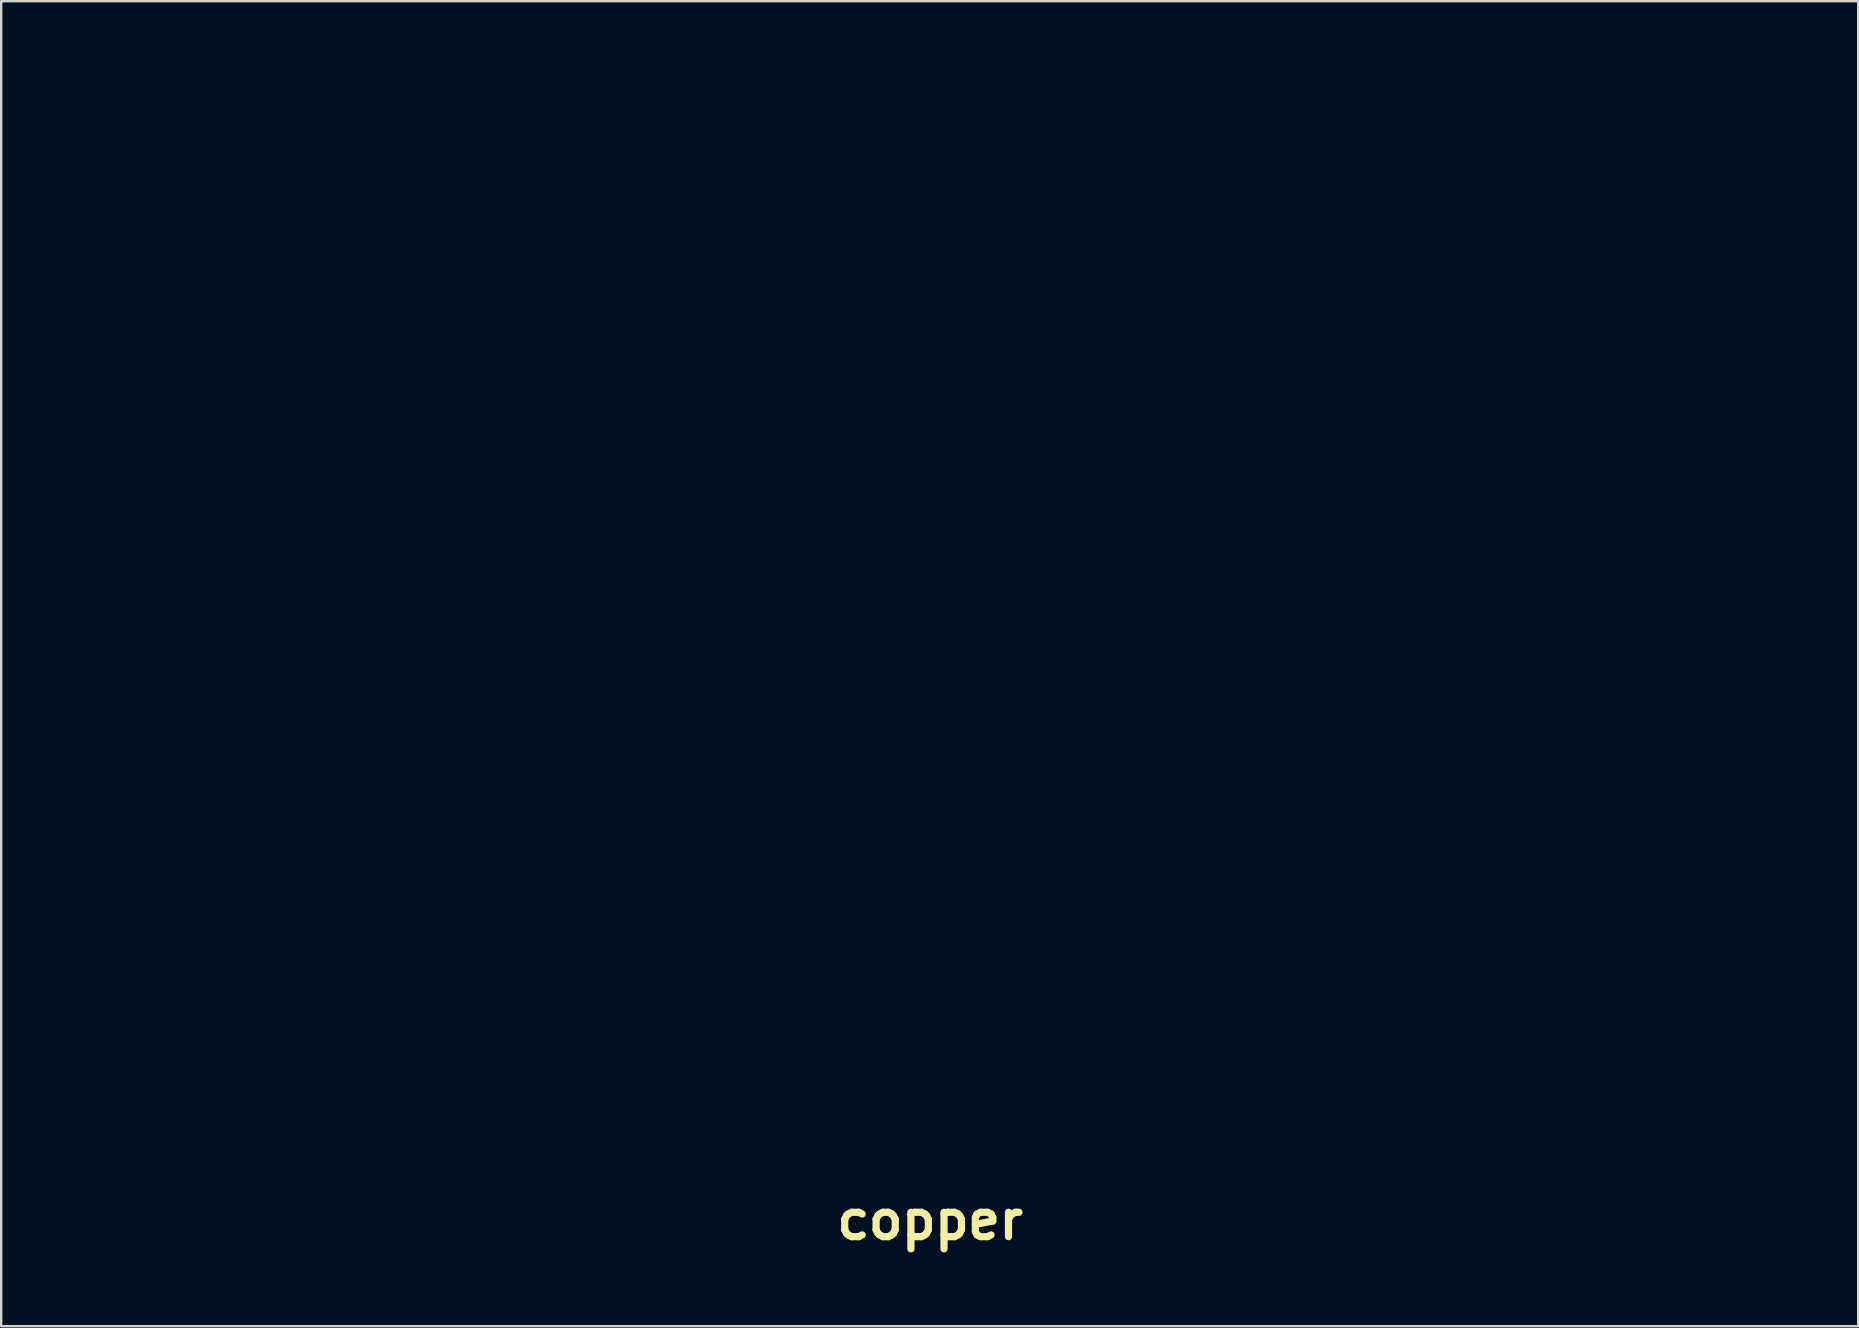
<source format=kicad_pcb>
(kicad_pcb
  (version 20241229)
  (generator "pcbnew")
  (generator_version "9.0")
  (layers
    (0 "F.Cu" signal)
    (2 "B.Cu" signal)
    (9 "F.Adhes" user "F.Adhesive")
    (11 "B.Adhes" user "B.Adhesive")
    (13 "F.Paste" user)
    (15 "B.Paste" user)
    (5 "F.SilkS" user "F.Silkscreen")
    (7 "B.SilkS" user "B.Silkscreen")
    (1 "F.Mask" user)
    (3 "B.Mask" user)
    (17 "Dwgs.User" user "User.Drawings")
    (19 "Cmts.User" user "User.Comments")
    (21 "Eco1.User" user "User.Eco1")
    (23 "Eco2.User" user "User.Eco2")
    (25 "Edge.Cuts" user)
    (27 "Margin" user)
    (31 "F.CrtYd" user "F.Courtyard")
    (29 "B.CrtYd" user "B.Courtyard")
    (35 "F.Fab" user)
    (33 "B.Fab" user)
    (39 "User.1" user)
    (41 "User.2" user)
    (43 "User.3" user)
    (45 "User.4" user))
  (footprint "copper"
    (layer "F.Cu")
    (at 35.697 47.779)
    (property "Reference" "copper" (at 0 0 0) (layer "F.SilkS") (effects (font (size 1.524 1.524) (thickness 0.3))))
    (attr through_hole)
    (fp_poly (pts (xy -35.1 -17.35) (xy -35.15 -17.3) (xy -35.2 -17.35) (xy -35.15 -17.4) (xy -35.1 -17.35)) (stroke (width 0.01) (type solid)) (fill no) (layer "Eco2.User"))
    (fp_poly (pts (xy -30.5 -11.25) (xy -30.55 -11.2) (xy -30.6 -11.25) (xy -30.55 -11.3) (xy -30.5 -11.25)) (stroke (width 0.01) (type solid)) (fill no) (layer "Eco2.User"))
    (fp_poly (pts (xy -29.3 -10.05) (xy -29.35 -10) (xy -29.4 -10.05) (xy -29.35 -10.1) (xy -29.3 -10.05)) (stroke (width 0.01) (type solid)) (fill no) (layer "Eco2.User"))
    (fp_poly (pts (xy -27.4 -11.95) (xy -27.45 -11.9) (xy -27.5 -11.95) (xy -27.45 -12) (xy -27.4 -11.95)) (stroke (width 0.01) (type solid)) (fill no) (layer "Eco2.User"))
    (fp_poly (pts (xy -26.9 -11.45) (xy -26.95 -11.4) (xy -27 -11.45) (xy -26.95 -11.5) (xy -26.9 -11.45)) (stroke (width 0.01) (type solid)) (fill no) (layer "Eco2.User"))
    (fp_poly (pts (xy -24.6 -7.75) (xy -24.65 -7.7) (xy -24.7 -7.75) (xy -24.65 -7.8) (xy -24.6 -7.75)) (stroke (width 0.01) (type solid)) (fill no) (layer "Eco2.User"))
    (fp_poly (pts (xy -18.2 -34.15) (xy -18.25 -34.1) (xy -18.3 -34.15) (xy -18.25 -34.2) (xy -18.2 -34.15)) (stroke (width 0.01) (type solid)) (fill no) (layer "Eco2.User"))
    (fp_poly (pts (xy -17.2 -34.65) (xy -17.25 -34.6) (xy -17.3 -34.65) (xy -17.25 -34.7) (xy -17.2 -34.65)) (stroke (width 0.01) (type solid)) (fill no) (layer "Eco2.User"))
    (fp_poly (pts (xy -16.2 -35.05) (xy -16.25 -35) (xy -16.3 -35.05) (xy -16.25 -35.1) (xy -16.2 -35.05)) (stroke (width 0.01) (type solid)) (fill no) (layer "Eco2.User"))
    (fp_poly (pts (xy -16 -36.85) (xy -16.05 -36.8) (xy -16.1 -36.85) (xy -16.05 -36.9) (xy -16 -36.85)) (stroke (width 0.01) (type solid)) (fill no) (layer "Eco2.User"))
    (fp_poly (pts (xy -15.7 -37.15) (xy -15.75 -37.1) (xy -15.8 -37.15) (xy -15.75 -37.2) (xy -15.7 -37.15)) (stroke (width 0.01) (type solid)) (fill no) (layer "Eco2.User"))
    (fp_poly (pts (xy -15.3 -37.55) (xy -15.35 -37.5) (xy -15.4 -37.55) (xy -15.35 -37.6) (xy -15.3 -37.55)) (stroke (width 0.01) (type solid)) (fill no) (layer "Eco2.User"))
    (fp_poly (pts (xy -15.2 -35.45) (xy -15.25 -35.4) (xy -15.3 -35.45) (xy -15.25 -35.5) (xy -15.2 -35.45)) (stroke (width 0.01) (type solid)) (fill no) (layer "Eco2.User"))
    (fp_poly (pts (xy -8.9 -42.35) (xy -8.95 -42.3) (xy -9 -42.35) (xy -8.95 -42.4) (xy -8.9 -42.35)) (stroke (width 0.01) (type solid)) (fill no) (layer "Eco2.User"))
    (fp_poly (pts (xy -7.2 -43.35) (xy -7.25 -43.3) (xy -7.3 -43.35) (xy -7.25 -43.4) (xy -7.2 -43.35)) (stroke (width 0.01) (type solid)) (fill no) (layer "Eco2.User"))
    (fp_poly (pts (xy 5.1 -36.85) (xy 5.05 -36.8) (xy 5 -36.85) (xy 5.05 -36.9) (xy 5.1 -36.85)) (stroke (width 0.01) (type solid)) (fill no) (layer "Eco2.User"))
    (fp_poly (pts (xy 6.6 -36.15) (xy 6.55 -36.1) (xy 6.5 -36.15) (xy 6.55 -36.2) (xy 6.6 -36.15)) (stroke (width 0.01) (type solid)) (fill no) (layer "Eco2.User"))
    (fp_poly (pts (xy 7.9 -34.85) (xy 7.85 -34.8) (xy 7.8 -34.85) (xy 7.85 -34.9) (xy 7.9 -34.85)) (stroke (width 0.01) (type solid)) (fill no) (layer "Eco2.User"))
    (fp_poly (pts (xy 14.8 -32.45) (xy 14.75 -32.4) (xy 14.7 -32.45) (xy 14.75 -32.5) (xy 14.8 -32.45)) (stroke (width 0.01) (type solid)) (fill no) (layer "Eco2.User"))
    (fp_poly (pts (xy 15.1 -32.75) (xy 15.05 -32.7) (xy 15 -32.75) (xy 15.05 -32.8) (xy 15.1 -32.75)) (stroke (width 0.01) (type solid)) (fill no) (layer "Eco2.User"))
    (fp_poly (pts (xy 15.6 -33.25) (xy 15.55 -33.2) (xy 15.5 -33.25) (xy 15.55 -33.3) (xy 15.6 -33.25)) (stroke (width 0.01) (type solid)) (fill no) (layer "Eco2.User"))
    (fp_poly (pts (xy 16.8 -31.45) (xy 16.75 -31.4) (xy 16.7 -31.45) (xy 16.75 -31.5) (xy 16.8 -31.45)) (stroke (width 0.01) (type solid)) (fill no) (layer "Eco2.User"))
    (fp_poly (pts (xy 17.9 -32.75) (xy 17.85 -32.7) (xy 17.8 -32.75) (xy 17.85 -32.8) (xy 17.9 -32.75)) (stroke (width 0.01) (type solid)) (fill no) (layer "Eco2.User"))
    (fp_poly (pts (xy 18.4 -45.75) (xy 18.35 -45.7) (xy 18.3 -45.75) (xy 18.35 -45.8) (xy 18.4 -45.75)) (stroke (width 0.01) (type solid)) (fill no) (layer "Eco2.User"))
    (fp_poly (pts (xy 19.3 -33.35) (xy 19.25 -33.3) (xy 19.2 -33.35) (xy 19.25 -33.4) (xy 19.3 -33.35)) (stroke (width 0.01) (type solid)) (fill no) (layer "Eco2.User"))
    (fp_poly (pts (xy 24.7 -7.55) (xy 24.65 -7.5) (xy 24.6 -7.55) (xy 24.65 -7.6) (xy 24.7 -7.55)) (stroke (width 0.01) (type solid)) (fill no) (layer "Eco2.User"))
    (fp_poly (pts (xy 25.5 -10.15) (xy 25.45 -10.1) (xy 25.4 -10.15) (xy 25.45 -10.2) (xy 25.5 -10.15)) (stroke (width 0.01) (type solid)) (fill no) (layer "Eco2.User"))
    (fp_poly (pts (xy 27 -11.55) (xy 26.95 -11.5) (xy 26.9 -11.55) (xy 26.95 -11.6) (xy 27 -11.55)) (stroke (width 0.01) (type solid)) (fill no) (layer "Eco2.User"))
    (fp_poly (pts (xy 27.5 -12.05) (xy 27.45 -12) (xy 27.4 -12.05) (xy 27.45 -12.1) (xy 27.5 -12.05)) (stroke (width 0.01) (type solid)) (fill no) (layer "Eco2.User"))
    (fp_poly (pts (xy 28.7 -9.35) (xy 28.65 -9.3) (xy 28.6 -9.35) (xy 28.65 -9.4) (xy 28.7 -9.35)) (stroke (width 0.01) (type solid)) (fill no) (layer "Eco2.User"))
    (fp_poly (pts (xy 29.4 -10.15) (xy 29.35 -10.1) (xy 29.3 -10.15) (xy 29.35 -10.2) (xy 29.4 -10.15)) (stroke (width 0.01) (type solid)) (fill no) (layer "Eco2.User"))
    (fp_poly (pts (xy 29.7 -10.45) (xy 29.65 -10.4) (xy 29.6 -10.45) (xy 29.65 -10.5) (xy 29.7 -10.45)) (stroke (width 0.01) (type solid)) (fill no) (layer "Eco2.User"))
    (fp_poly (pts (xy 32.9 -12.75) (xy 32.85 -12.7) (xy 32.8 -12.75) (xy 32.85 -12.8) (xy 32.9 -12.75)) (stroke (width 0.01) (type solid)) (fill no) (layer "Eco2.User"))
    (fp_poly (pts (xy 34.9 -13.65) (xy 34.85 -13.6) (xy 34.8 -13.65) (xy 34.85 -13.7) (xy 34.9 -13.65)) (stroke (width 0.01) (type solid)) (fill no) (layer "Eco2.User"))
    (fp_poly (pts (xy 35.2 -17.15) (xy 35.15 -17.1) (xy 35.1 -17.15) (xy 35.15 -17.2) (xy 35.2 -17.15)) (stroke (width 0.01) (type solid)) (fill no) (layer "Eco2.User"))
    (fp_poly (pts (xy -33.915 -13.26) (xy -33.808 -13.159) (xy -33.83 -13.101) (xy -33.844 -13.1) (xy -33.929 -13.171) (xy -33.96 -13.215) (xy -33.971 -13.284) (xy -33.915 -13.26)) (stroke (width 0.01) (type solid)) (fill no) (layer "Eco2.User"))
    (fp_poly (pts (xy -32.615 -12.66) (xy -32.508 -12.559) (xy -32.53 -12.501) (xy -32.544 -12.5) (xy -32.629 -12.571) (xy -32.66 -12.615) (xy -32.671 -12.684) (xy -32.615 -12.66)) (stroke (width 0.01) (type solid)) (fill no) (layer "Eco2.User"))
    (fp_poly (pts (xy -24.915 -9.86) (xy -24.809 -9.767) (xy -24.8 -9.744) (xy -24.847 -9.703) (xy -24.946 -9.795) (xy -24.96 -9.815) (xy -24.971 -9.884) (xy -24.915 -9.86)) (stroke (width 0.01) (type solid)) (fill no) (layer "Eco2.User"))
    (fp_poly (pts (xy -12.531 -40.035) (xy -12.55 -40) (xy -12.644 -39.904) (xy -12.662 -39.9) (xy -12.669 -39.965) (xy -12.65 -40) (xy -12.556 -40.096) (xy -12.538 -40.1) (xy -12.531 -40.035)) (stroke (width 0.01) (type solid)) (fill no) (layer "Eco2.User"))
    (fp_poly (pts (xy -4.931 -44.535) (xy -4.95 -44.5) (xy -5.044 -44.404) (xy -5.062 -44.4) (xy -5.069 -44.465) (xy -5.05 -44.5) (xy -4.956 -44.596) (xy -4.938 -44.6) (xy -4.931 -44.535)) (stroke (width 0.01) (type solid)) (fill no) (layer "Eco2.User"))
    (fp_poly (pts (xy 10.7 -47.753) (xy 11.395 -47.731) (xy 12.05 -47.71) (xy 12.63 -47.692) (xy 13.098 -47.677) (xy 13.419 -47.667) (xy 13.515 -47.664) (xy 13.78 -47.644) (xy 13.928 -47.608) (xy 13.941 -47.586) (xy 13.998 -47.533) (xy 14.187 -47.483) (xy 14.441 -47.446) (xy 14.695 -47.431) (xy 14.879 -47.445) (xy 14.915 -47.459) (xy 14.985 -47.472) (xy 14.967 -47.428) (xy 15.004 -47.346) (xy 15.167 -47.276) (xy 15.381 -47.236) (xy 15.572 -47.245) (xy 15.626 -47.266) (xy 15.682 -47.268) (xy 15.65 -47.2) (xy 15.633 -47.111) (xy 15.772 -47.122) (xy 15.784 -47.125) (xy 15.934 -47.136) (xy 15.935 -47.076) (xy 15.96 -47.01) (xy 16.132 -47.021) (xy 16.311 -47.029) (xy 16.331 -46.97) (xy 16.354 -46.909) (xy 16.481 -46.924) (xy 16.645 -46.928) (xy 16.672 -46.865) (xy 16.737 -46.778) (xy 16.87 -46.757) (xy 17.017 -46.727) (xy 17.029 -46.665) (xy 17.044 -46.609) (xy 17.13 -46.629) (xy 17.303 -46.629) (xy 17.362 -46.58) (xy 17.371 -46.517) (xy 17.3 -46.55) (xy 17.217 -46.577) (xy 17.246 -46.507) (xy 17.394 -46.425) (xy 17.508 -46.431) (xy 17.656 -46.443) (xy 17.685 -46.415) (xy 17.698 -46.192) (xy 17.805 -46.124) (xy 17.847 -46.135) (xy 18.013 -46.126) (xy 18.062 -46.08) (xy 18.071 -46.017) (xy 18 -46.05) (xy 17.917 -46.077) (xy 17.945 -46.009) (xy 18.089 -45.93) (xy 18.165 -45.942) (xy 18.26 -45.943) (xy 18.247 -45.894) (xy 18.251 -45.745) (xy 18.361 -45.582) (xy 18.509 -45.5) (xy 18.518 -45.5) (xy 18.563 -45.566) (xy 18.54 -45.625) (xy 18.52 -45.694) (xy 18.558 -45.668) (xy 18.638 -45.504) (xy 18.649 -45.418) (xy 18.729 -45.28) (xy 18.817 -45.263) (xy 18.936 -45.218) (xy 18.925 -45.121) (xy 18.918 -45.019) (xy 18.982 -45.039) (xy 19.055 -45.042) (xy 19.031 -44.938) (xy 19.016 -44.814) (xy 19.12 -44.825) (xy 19.25 -44.82) (xy 19.272 -44.767) (xy 19.285 -44.462) (xy 19.354 -44.332) (xy 19.446 -44.335) (xy 19.538 -44.342) (xy 19.526 -44.225) (xy 19.494 -44.134) (xy 19.443 -43.954) (xy 19.494 -43.917) (xy 19.525 -43.926) (xy 19.605 -43.904) (xy 19.625 -43.732) (xy 19.615 -43.573) (xy 19.601 -43.319) (xy 19.641 -43.215) (xy 19.752 -43.217) (xy 19.763 -43.219) (xy 19.849 -43.227) (xy 19.904 -43.173) (xy 19.934 -43.022) (xy 19.947 -42.74) (xy 19.95 -42.3) (xy 19.947 -41.855) (xy 19.934 -41.575) (xy 19.903 -41.426) (xy 19.848 -41.373) (xy 19.764 -41.38) (xy 19.656 -41.388) (xy 19.608 -41.305) (xy 19.604 -41.09) (xy 19.614 -40.927) (xy 19.62 -40.606) (xy 19.575 -40.471) (xy 19.538 -40.468) (xy 19.465 -40.425) (xy 19.474 -40.256) (xy 19.473 -40.052) (xy 19.4 -40) (xy 19.317 -39.917) (xy 19.324 -39.753) (xy 19.329 -39.584) (xy 19.271 -39.568) (xy 19.21 -39.538) (xy 19.22 -39.374) (xy 19.231 -39.194) (xy 19.15 -39.165) (xy 19.118 -39.176) (xy 19.014 -39.177) (xy 19.021 -39.032) (xy 19.025 -39.017) (xy 19.036 -38.871) (xy 18.991 -38.856) (xy 18.923 -38.815) (xy 18.9 -38.664) (xy 18.86 -38.462) (xy 18.787 -38.379) (xy 18.704 -38.263) (xy 18.662 -38.036) (xy 18.662 -38.034) (xy 18.627 -37.82) (xy 18.534 -37.772) (xy 18.5 -37.782) (xy 18.403 -37.803) (xy 18.446 -37.72) (xy 18.489 -37.666) (xy 18.575 -37.545) (xy 18.513 -37.541) (xy 18.448 -37.565) (xy 18.32 -37.584) (xy 18.312 -37.467) (xy 18.325 -37.417) (xy 18.336 -37.265) (xy 18.274 -37.266) (xy 18.208 -37.26) (xy 18.228 -37.171) (xy 18.236 -37.057) (xy 18.129 -37.072) (xy 18.016 -37.08) (xy 18.017 -36.947) (xy 18.025 -36.917) (xy 18.036 -36.765) (xy 17.974 -36.766) (xy 17.908 -36.76) (xy 17.928 -36.671) (xy 17.934 -36.555) (xy 17.857 -36.561) (xy 17.748 -36.516) (xy 17.66 -36.352) (xy 17.621 -36.148) (xy 17.652 -35.997) (xy 17.629 -35.947) (xy 17.53 -35.97) (xy 17.409 -36.002) (xy 17.44 -35.928) (xy 17.489 -35.866) (xy 17.574 -35.745) (xy 17.512 -35.741) (xy 17.447 -35.765) (xy 17.317 -35.787) (xy 17.327 -35.674) (xy 17.331 -35.662) (xy 17.349 -35.544) (xy 17.282 -35.561) (xy 17.207 -35.565) (xy 17.228 -35.471) (xy 17.236 -35.357) (xy 17.128 -35.372) (xy 17.014 -35.383) (xy 17.031 -35.262) (xy 17.049 -35.144) (xy 16.982 -35.161) (xy 16.907 -35.165) (xy 16.928 -35.071) (xy 16.936 -34.957) (xy 16.828 -34.972) (xy 16.714 -34.983) (xy 16.731 -34.862) (xy 16.749 -34.744) (xy 16.682 -34.761) (xy 16.607 -34.765) (xy 16.628 -34.671) (xy 16.637 -34.558) (xy 16.52 -34.574) (xy 16.407 -34.602) (xy 16.442 -34.526) (xy 16.489 -34.466) (xy 16.574 -34.345) (xy 16.512 -34.341) (xy 16.447 -34.365) (xy 16.316 -34.385) (xy 16.323 -34.286) (xy 16.309 -34.168) (xy 16.165 -34.143) (xy 15.991 -34.09) (xy 15.963 -33.983) (xy 15.919 -33.864) (xy 15.82 -33.875) (xy 15.713 -33.881) (xy 15.731 -33.762) (xy 15.749 -33.644) (xy 15.682 -33.661) (xy 15.607 -33.665) (xy 15.628 -33.571) (xy 15.634 -33.455) (xy 15.558 -33.461) (xy 15.427 -33.428) (xy 15.34 -33.283) (xy 15.344 -33.114) (xy 15.355 -33.092) (xy 15.327 -33.047) (xy 15.23 -33.07) (xy 15.109 -33.1) (xy 15.146 -33.02) (xy 15.179 -32.979) (xy 15.252 -32.859) (xy 15.165 -32.833) (xy 15.129 -32.836) (xy 14.982 -32.778) (xy 14.962 -32.688) (xy 14.894 -32.555) (xy 14.812 -32.538) (xy 14.673 -32.468) (xy 14.649 -32.382) (xy 14.599 -32.188) (xy 14.558 -32.132) (xy 14.517 -32.122) (xy 14.548 -32.188) (xy 14.568 -32.287) (xy 14.489 -32.279) (xy 14.365 -32.152) (xy 14.349 -32.073) (xy 14.296 -31.883) (xy 14.258 -31.832) (xy 14.217 -31.822) (xy 14.248 -31.888) (xy 14.268 -31.987) (xy 14.189 -31.979) (xy 14.071 -31.853) (xy 14.048 -31.741) (xy 13.983 -31.592) (xy 13.867 -31.581) (xy 13.73 -31.551) (xy 13.719 -31.431) (xy 13.689 -31.291) (xy 13.575 -31.279) (xy 13.421 -31.234) (xy 13.387 -31.154) (xy 13.361 -30.918) (xy 13.316 -30.796) (xy 13.259 -30.733) (xy 13.216 -30.721) (xy 13.248 -30.788) (xy 13.268 -30.887) (xy 13.189 -30.879) (xy 13.071 -30.753) (xy 13.048 -30.641) (xy 12.984 -30.493) (xy 12.863 -30.482) (xy 12.737 -30.47) (xy 12.735 -30.424) (xy 12.697 -30.358) (xy 12.57 -30.343) (xy 12.386 -30.287) (xy 12.349 -30.182) (xy 12.299 -29.988) (xy 12.258 -29.932) (xy 12.217 -29.922) (xy 12.248 -29.988) (xy 12.268 -30.087) (xy 12.189 -30.079) (xy 12.071 -29.953) (xy 12.048 -29.841) (xy 11.981 -29.691) (xy 11.88 -29.678) (xy 11.698 -29.641) (xy 11.642 -29.587) (xy 11.628 -29.516) (xy 11.71 -29.551) (xy 11.792 -29.581) (xy 11.768 -29.542) (xy 11.604 -29.462) (xy 11.518 -29.451) (xy 11.387 -29.393) (xy 11.374 -29.329) (xy 11.326 -29.252) (xy 11.224 -29.272) (xy 11.108 -29.302) (xy 11.141 -29.227) (xy 11.189 -29.166) (xy 11.276 -29.044) (xy 11.223 -29.037) (xy 11.174 -29.055) (xy 11.002 -29.044) (xy 10.945 -28.991) (xy 10.925 -28.917) (xy 11 -28.95) (xy 11.084 -28.976) (xy 11.062 -28.92) (xy 10.923 -28.849) (xy 10.857 -28.861) (xy 10.691 -28.839) (xy 10.645 -28.791) (xy 10.625 -28.717) (xy 10.7 -28.75) (xy 10.784 -28.776) (xy 10.762 -28.72) (xy 10.623 -28.649) (xy 10.56 -28.66) (xy 10.428 -28.627) (xy 10.339 -28.483) (xy 10.341 -28.317) (xy 10.351 -28.298) (xy 10.33 -28.179) (xy 10.286 -28.141) (xy 10.216 -28.128) (xy 10.24 -28.185) (xy 10.265 -28.287) (xy 10.182 -28.286) (xy 10.048 -28.196) (xy 9.987 -28.131) (xy 9.901 -28.014) (xy 9.95 -28.022) (xy 9.99 -28.046) (xy 10.083 -28.078) (xy 10.062 -28.02) (xy 9.923 -27.949) (xy 9.857 -27.961) (xy 9.691 -27.939) (xy 9.645 -27.891) (xy 9.626 -27.816) (xy 9.71 -27.851) (xy 9.793 -27.881) (xy 9.774 -27.849) (xy 9.623 -27.779) (xy 9.46 -27.755) (xy 9.293 -27.771) (xy 9.277 -27.879) (xy 9.311 -27.979) (xy 9.38 -28.264) (xy 9.4 -28.498) (xy 9.439 -28.718) (xy 9.525 -28.825) (xy 9.578 -28.938) (xy 9.618 -29.207) (xy 9.643 -29.59) (xy 9.647 -29.75) (xy 11.9 -29.75) (xy 11.95 -29.7) (xy 12 -29.75) (xy 11.95 -29.8) (xy 11.9 -29.75) (xy 9.647 -29.75) (xy 9.655 -30.045) (xy 9.654 -30.527) (xy 9.653 -30.55) (xy 12.9 -30.55) (xy 12.95 -30.5) (xy 13 -30.55) (xy 12.95 -30.6) (xy 12.9 -30.55) (xy 9.653 -30.55) (xy 9.639 -30.995) (xy 9.616 -31.35) (xy 13.6 -31.35) (xy 13.65 -31.3) (xy 13.7 -31.35) (xy 13.65 -31.4) (xy 13.6 -31.35) (xy 9.616 -31.35) (xy 9.612 -31.405) (xy 9.581 -31.65) (xy 13.9 -31.65) (xy 13.95 -31.6) (xy 14 -31.65) (xy 13.95 -31.7) (xy 13.9 -31.65) (xy 9.581 -31.65) (xy 9.572 -31.715) (xy 9.52 -31.882) (xy 9.507 -31.896) (xy 9.417 -32.059) (xy 9.424 -32.245) (xy 9.436 -32.432) (xy 9.36 -32.466) (xy 9.332 -32.457) (xy 9.24 -32.457) (xy 9.252 -32.504) (xy 9.286 -32.675) (xy 9.253 -32.894) (xy 9.175 -33.084) (xy 9.076 -33.168) (xy 9.052 -33.165) (xy 8.964 -33.185) (xy 8.977 -33.323) (xy 8.987 -33.475) (xy 8.868 -33.488) (xy 8.828 -33.478) (xy 8.68 -33.471) (xy 8.67 -33.595) (xy 8.678 -33.628) (xy 8.685 -33.769) (xy 8.625 -33.766) (xy 8.559 -33.782) (xy 8.575 -33.917) (xy 8.591 -34.071) (xy 8.494 -34.079) (xy 8.452 -34.065) (xy 8.331 -34.031) (xy 8.362 -34.104) (xy 8.411 -34.166) (xy 8.496 -34.288) (xy 8.434 -34.293) (xy 8.37 -34.27) (xy 8.248 -34.252) (xy 8.245 -34.292) (xy 8.266 -34.455) (xy 8.192 -34.61) (xy 8.07 -34.669) (xy 8.05 -34.664) (xy 7.95 -34.698) (xy 7.937 -34.783) (xy 7.872 -34.921) (xy 7.783 -34.937) (xy 7.664 -34.982) (xy 7.675 -35.079) (xy 7.681 -35.181) (xy 7.628 -35.167) (xy 7.545 -35.187) (xy 7.536 -35.265) (xy 7.476 -35.433) (xy 7.411 -35.477) (xy 7.322 -35.472) (xy 7.352 -35.388) (xy 7.381 -35.308) (xy 7.341 -35.333) (xy 7.269 -35.421) (xy 7.231 -35.562) (xy 7.213 -35.711) (xy 7.128 -35.778) (xy 7.053 -35.765) (xy 6.887 -35.774) (xy 6.838 -35.82) (xy 6.829 -35.883) (xy 6.9 -35.85) (xy 6.983 -35.823) (xy 6.955 -35.891) (xy 6.811 -35.97) (xy 6.735 -35.958) (xy 6.64 -35.957) (xy 6.653 -36.006) (xy 6.649 -36.155) (xy 6.539 -36.318) (xy 6.391 -36.4) (xy 6.382 -36.4) (xy 6.337 -36.334) (xy 6.36 -36.275) (xy 6.38 -36.206) (xy 6.341 -36.233) (xy 6.252 -36.399) (xy 6.248 -36.433) (xy 6.164 -36.526) (xy 6.074 -36.536) (xy 5.959 -36.571) (xy 5.967 -36.627) (xy 5.948 -36.691) (xy 5.816 -36.675) (xy 5.619 -36.672) (xy 5.535 -36.725) (xy 5.534 -36.783) (xy 5.61 -36.751) (xy 5.696 -36.715) (xy 5.639 -36.791) (xy 5.469 -36.878) (xy 5.204 -36.929) (xy 5.174 -36.931) (xy 4.958 -36.965) (xy 4.871 -37.026) (xy 4.876 -37.041) (xy 4.841 -37.09) (xy 4.715 -37.075) (xy 4.565 -37.064) (xy 4.565 -37.125) (xy 4.549 -37.192) (xy 4.415 -37.175) (xy 4.265 -37.164) (xy 4.265 -37.225) (xy 4.249 -37.292) (xy 4.115 -37.275) (xy 3.965 -37.264) (xy 3.965 -37.325) (xy 3.949 -37.392) (xy 3.815 -37.375) (xy 3.666 -37.364) (xy 3.665 -37.424) (xy 3.64 -37.49) (xy 3.468 -37.479) (xy 3.293 -37.466) (xy 3.252 -37.503) (xy 3.179 -37.547) (xy 2.956 -37.613) (xy 2.631 -37.693) (xy 2.249 -37.776) (xy 1.86 -37.852) (xy 1.509 -37.912) (xy 1.245 -37.947) (xy 1.114 -37.946) (xy 1.11 -37.943) (xy 1.111 -37.855) (xy 1.271 -37.787) (xy 1.488 -37.761) (xy 1.676 -37.727) (xy 1.726 -37.661) (xy 1.725 -37.659) (xy 1.758 -37.61) (xy 1.881 -37.624) (xy 2.045 -37.628) (xy 2.072 -37.565) (xy 2.137 -37.478) (xy 2.269 -37.457) (xy 2.433 -37.427) (xy 2.469 -37.37) (xy 2.529 -37.257) (xy 2.589 -37.225) (xy 2.678 -37.228) (xy 2.648 -37.312) (xy 2.619 -37.392) (xy 2.659 -37.367) (xy 2.746 -37.208) (xy 2.75 -37.175) (xy 2.83 -37.05) (xy 2.889 -37.02) (xy 2.978 -37.028) (xy 2.948 -37.112) (xy 2.919 -37.192) (xy 2.959 -37.167) (xy 3.047 -37.001) (xy 3.05 -36.967) (xy 3.132 -36.866) (xy 3.218 -36.849) (xy 3.412 -36.799) (xy 3.468 -36.758) (xy 3.477 -36.717) (xy 3.41 -36.749) (xy 3.317 -36.778) (xy 3.342 -36.713) (xy 3.492 -36.624) (xy 3.583 -36.622) (xy 3.71 -36.586) (xy 3.717 -36.461) (xy 3.733 -36.325) (xy 3.837 -36.331) (xy 3.944 -36.334) (xy 3.928 -36.229) (xy 3.916 -36.12) (xy 3.985 -36.141) (xy 4.083 -36.162) (xy 4.091 -36.132) (xy 4.1 -35.899) (xy 4.229 -35.817) (xy 4.275 -35.821) (xy 4.41 -35.787) (xy 4.421 -35.675) (xy 4.466 -35.519) (xy 4.666 -35.482) (xy 4.732 -35.491) (xy 4.77 -35.442) (xy 4.752 -35.402) (xy 4.76 -35.309) (xy 4.8 -35.3) (xy 4.86 -35.237) (xy 4.839 -35.183) (xy 4.835 -35.108) (xy 4.932 -35.129) (xy 5.065 -35.15) (xy 5.087 -35.121) (xy 5.096 -34.895) (xy 5.204 -34.825) (xy 5.255 -34.838) (xy 5.359 -34.846) (xy 5.34 -34.783) (xy 5.345 -34.708) (xy 5.477 -34.723) (xy 5.626 -34.733) (xy 5.628 -34.63) (xy 5.626 -34.622) (xy 5.618 -34.519) (xy 5.672 -34.533) (xy 5.755 -34.513) (xy 5.764 -34.435) (xy 5.824 -34.267) (xy 5.889 -34.223) (xy 5.977 -34.227) (xy 5.948 -34.302) (xy 5.924 -34.384) (xy 5.986 -34.359) (xy 6.062 -34.244) (xy 6.051 -34.202) (xy 6.032 -34.037) (xy 6.117 -33.887) (xy 6.251 -33.838) (xy 6.268 -33.843) (xy 6.362 -33.844) (xy 6.352 -33.803) (xy 6.323 -33.636) (xy 6.366 -33.433) (xy 6.454 -33.274) (xy 6.551 -33.237) (xy 6.639 -33.212) (xy 6.631 -33.107) (xy 6.658 -32.899) (xy 6.742 -32.772) (xy 6.871 -32.574) (xy 6.9 -32.451) (xy 6.946 -32.342) (xy 6.999 -32.349) (xy 7.056 -32.333) (xy 7.038 -32.254) (xy 7.044 -32.05) (xy 7.095 -31.956) (xy 7.185 -31.768) (xy 7.19 -31.682) (xy 7.208 -31.474) (xy 7.232 -31.4) (xy 7.266 -31.228) (xy 7.293 -30.919) (xy 7.312 -30.515) (xy 7.323 -30.056) (xy 7.325 -29.583) (xy 7.319 -29.138) (xy 7.305 -28.759) (xy 7.282 -28.49) (xy 7.251 -28.369) (xy 7.242 -28.367) (xy 7.173 -28.316) (xy 7.178 -28.104) (xy 7.177 -27.869) (xy 7.1 -27.8) (xy 7.018 -27.717) (xy 7.024 -27.553) (xy 7.031 -27.389) (xy 6.986 -27.359) (xy 6.918 -27.321) (xy 6.9 -27.206) (xy 6.861 -27.04) (xy 6.805 -27) (xy 6.725 -26.913) (xy 6.653 -26.697) (xy 6.643 -26.65) (xy 6.581 -26.419) (xy 6.513 -26.303) (xy 6.502 -26.3) (xy 6.44 -26.212) (xy 6.378 -25.991) (xy 6.362 -25.9) (xy 6.302 -25.65) (xy 6.23 -25.51) (xy 6.208 -25.5) (xy 6.158 -25.42) (xy 6.171 -25.3) (xy 6.169 -25.14) (xy 6.112 -25.1) (xy 6.013 -25.019) (xy 6 -24.95) (xy 6.054 -24.855) (xy 6.241 -24.809) (xy 6.494 -24.8) (xy 6.793 -24.819) (xy 7.001 -24.867) (xy 7.051 -24.902) (xy 7.167 -24.962) (xy 7.2 -24.95) (xy 7.322 -24.967) (xy 7.35 -25) (xy 7.47 -25.059) (xy 7.507 -25.046) (xy 7.594 -25.054) (xy 7.6 -25.083) (xy 7.659 -25.152) (xy 7.852 -25.221) (xy 8.206 -25.296) (xy 8.417 -25.333) (xy 8.639 -25.421) (xy 8.729 -25.483) (xy 8.93 -25.556) (xy 9.036 -25.541) (xy 9.205 -25.561) (xy 9.262 -25.645) (xy 9.376 -25.762) (xy 9.456 -25.762) (xy 9.62 -25.787) (xy 9.705 -25.856) (xy 9.865 -25.979) (xy 9.944 -26) (xy 10.082 -26.067) (xy 10.284 -26.234) (xy 10.352 -26.302) (xy 10.554 -26.481) (xy 10.712 -26.568) (xy 10.745 -26.568) (xy 10.857 -26.61) (xy 11.084 -26.739) (xy 11.378 -26.925) (xy 11.695 -27.138) (xy 11.986 -27.346) (xy 12.207 -27.518) (xy 12.3 -27.608) (xy 12.425 -27.684) (xy 12.6 -27.751) (xy 12.813 -27.852) (xy 13.096 -28.033) (xy 13.402 -28.255) (xy 13.686 -28.485) (xy 13.9 -28.685) (xy 13.998 -28.821) (xy 14 -28.833) (xy 14.08 -28.954) (xy 14.281 -29.103) (xy 14.35 -29.143) (xy 14.573 -29.294) (xy 14.693 -29.436) (xy 14.7 -29.466) (xy 14.761 -29.588) (xy 14.803 -29.6) (xy 14.921 -29.665) (xy 15.134 -29.837) (xy 15.399 -30.08) (xy 15.419 -30.1) (xy 15.682 -30.346) (xy 15.892 -30.524) (xy 16.007 -30.6) (xy 16.011 -30.6) (xy 16.132 -30.663) (xy 16.315 -30.811) (xy 16.492 -30.983) (xy 16.594 -31.115) (xy 16.6 -31.136) (xy 16.625 -31.2) (xy 16.718 -31.322) (xy 16.902 -31.531) (xy 17.165 -31.818) (xy 17.264 -31.986) (xy 17.261 -32.082) (xy 17.289 -32.155) (xy 17.376 -32.164) (xy 17.517 -32.223) (xy 17.535 -32.332) (xy 17.545 -32.459) (xy 17.571 -32.463) (xy 17.674 -32.474) (xy 17.814 -32.593) (xy 17.929 -32.751) (xy 17.96 -32.88) (xy 17.955 -32.891) (xy 17.963 -32.956) (xy 18.045 -32.938) (xy 18.181 -32.956) (xy 18.222 -33.137) (xy 18.213 -33.221) (xy 18.277 -33.255) (xy 18.351 -33.236) (xy 18.479 -33.241) (xy 18.5 -33.289) (xy 18.58 -33.384) (xy 18.789 -33.383) (xy 19.083 -33.29) (xy 19.183 -33.243) (xy 19.425 -33.157) (xy 19.601 -33.152) (xy 19.614 -33.159) (xy 19.685 -33.172) (xy 19.667 -33.128) (xy 19.704 -33.046) (xy 19.867 -32.976) (xy 20.081 -32.936) (xy 20.272 -32.945) (xy 20.326 -32.966) (xy 20.383 -32.967) (xy 20.359 -32.915) (xy 20.385 -32.809) (xy 20.535 -32.708) (xy 20.733 -32.645) (xy 20.905 -32.655) (xy 20.924 -32.665) (xy 20.984 -32.667) (xy 20.967 -32.627) (xy 20.975 -32.491) (xy 21.097 -32.37) (xy 21.253 -32.332) (xy 21.298 -32.349) (xy 21.378 -32.337) (xy 21.377 -32.282) (xy 21.433 -32.179) (xy 21.532 -32.165) (xy 21.658 -32.155) (xy 21.661 -32.127) (xy 21.712 -32.053) (xy 21.896 -31.903) (xy 22.176 -31.708) (xy 22.229 -31.674) (xy 22.554 -31.45) (xy 22.821 -31.242) (xy 22.976 -31.092) (xy 22.981 -31.086) (xy 23.135 -30.938) (xy 23.238 -30.9) (xy 23.365 -30.845) (xy 23.617 -30.695) (xy 23.957 -30.472) (xy 24.349 -30.2) (xy 24.35 -30.2) (xy 24.738 -29.929) (xy 25.068 -29.707) (xy 25.306 -29.556) (xy 25.417 -29.5) (xy 25.418 -29.5) (xy 25.493 -29.42) (xy 25.5 -29.366) (xy 25.581 -29.237) (xy 25.781 -29.083) (xy 25.85 -29.043) (xy 26.074 -28.885) (xy 26.194 -28.727) (xy 26.2 -28.693) (xy 26.282 -28.551) (xy 26.488 -28.39) (xy 26.575 -28.341) (xy 26.846 -28.177) (xy 27.05 -28.011) (xy 27.081 -27.975) (xy 27.247 -27.833) (xy 27.356 -27.8) (xy 27.485 -27.745) (xy 27.5 -27.702) (xy 27.567 -27.594) (xy 27.749 -27.384) (xy 28.013 -27.107) (xy 28.2 -26.92) (xy 28.499 -26.62) (xy 28.734 -26.366) (xy 28.874 -26.193) (xy 28.9 -26.143) (xy 28.969 -26.033) (xy 29.151 -25.836) (xy 29.4 -25.6) (xy 29.654 -25.354) (xy 29.834 -25.145) (xy 29.9 -25.022) (xy 29.98 -24.877) (xy 30.046 -24.838) (xy 30.2 -24.701) (xy 30.25 -24.601) (xy 30.384 -24.437) (xy 30.547 -24.36) (xy 30.756 -24.242) (xy 30.846 -24.112) (xy 30.958 -23.889) (xy 31.078 -23.721) (xy 31.278 -23.469) (xy 31.4 -23.3) (xy 31.663 -22.949) (xy 31.849 -22.779) (xy 31.951 -22.777) (xy 31.987 -22.78) (xy 31.966 -22.734) (xy 31.936 -22.555) (xy 32.004 -22.393) (xy 32.129 -22.332) (xy 32.158 -22.339) (xy 32.246 -22.326) (xy 32.228 -22.229) (xy 32.217 -22.12) (xy 32.282 -22.139) (xy 32.355 -22.142) (xy 32.331 -22.038) (xy 32.316 -21.915) (xy 32.428 -21.928) (xy 32.543 -21.937) (xy 32.528 -21.829) (xy 32.517 -21.72) (xy 32.574 -21.734) (xy 32.641 -21.719) (xy 32.625 -21.583) (xy 32.609 -21.429) (xy 32.706 -21.421) (xy 32.748 -21.435) (xy 32.869 -21.469) (xy 32.838 -21.396) (xy 32.789 -21.334) (xy 32.703 -21.211) (xy 32.759 -21.205) (xy 32.814 -21.224) (xy 32.933 -21.229) (xy 32.931 -21.107) (xy 32.958 -20.899) (xy 33.042 -20.772) (xy 33.169 -20.599) (xy 33.2 -20.501) (xy 33.261 -20.435) (xy 33.299 -20.449) (xy 33.354 -20.432) (xy 33.331 -20.338) (xy 33.316 -20.215) (xy 33.421 -20.225) (xy 33.531 -20.229) (xy 33.526 -20.088) (xy 33.523 -20.077) (xy 33.514 -19.932) (xy 33.575 -19.935) (xy 33.641 -19.918) (xy 33.625 -19.783) (xy 33.609 -19.629) (xy 33.706 -19.621) (xy 33.748 -19.635) (xy 33.869 -19.669) (xy 33.838 -19.596) (xy 33.789 -19.534) (xy 33.703 -19.411) (xy 33.762 -19.406) (xy 33.82 -19.426) (xy 33.942 -19.437) (xy 33.934 -19.345) (xy 33.955 -19.221) (xy 34.038 -19.2) (xy 34.168 -19.113) (xy 34.254 -18.845) (xy 34.262 -18.795) (xy 34.336 -18.518) (xy 34.434 -18.433) (xy 34.452 -18.437) (xy 34.537 -18.412) (xy 34.523 -18.277) (xy 34.514 -18.132) (xy 34.575 -18.135) (xy 34.641 -18.118) (xy 34.625 -17.983) (xy 34.61 -17.829) (xy 34.706 -17.82) (xy 34.73 -17.828) (xy 34.835 -17.845) (xy 34.832 -17.743) (xy 34.794 -17.634) (xy 34.742 -17.456) (xy 34.791 -17.418) (xy 34.853 -17.437) (xy 34.96 -17.448) (xy 34.956 -17.409) (xy 34.927 -17.248) (xy 34.959 -17.029) (xy 35.03 -16.832) (xy 35.118 -16.733) (xy 35.145 -16.734) (xy 35.222 -16.694) (xy 35.218 -16.476) (xy 35.218 -16.475) (xy 35.212 -16.28) (xy 35.26 -16.226) (xy 35.266 -16.229) (xy 35.317 -16.182) (xy 35.322 -15.987) (xy 35.316 -15.927) (xy 35.306 -15.69) (xy 35.358 -15.612) (xy 35.412 -15.622) (xy 35.516 -15.596) (xy 35.56 -15.399) (xy 35.562 -15.362) (xy 35.579 -15.082) (xy 35.61 -14.708) (xy 35.631 -14.486) (xy 35.659 -14.169) (xy 35.649 -14.007) (xy 35.59 -13.958) (xy 35.479 -13.977) (xy 35.334 -13.991) (xy 35.348 -13.904) (xy 35.35 -13.9) (xy 35.376 -13.816) (xy 35.313 -13.842) (xy 35.163 -13.862) (xy 34.942 -13.824) (xy 34.721 -13.751) (xy 34.571 -13.664) (xy 34.549 -13.601) (xy 34.511 -13.558) (xy 34.383 -13.575) (xy 34.229 -13.591) (xy 34.22 -13.494) (xy 34.232 -13.461) (xy 34.247 -13.344) (xy 34.193 -13.354) (xy 34.039 -13.384) (xy 33.843 -13.355) (xy 33.685 -13.289) (xy 33.645 -13.208) (xy 33.646 -13.206) (xy 33.614 -13.156) (xy 33.511 -13.168) (xy 33.32 -13.154) (xy 33.246 -13.093) (xy 33.225 -13.017) (xy 33.3 -13.05) (xy 33.384 -13.076) (xy 33.359 -13.014) (xy 33.244 -12.938) (xy 33.201 -12.949) (xy 33.048 -12.964) (xy 32.855 -12.902) (xy 32.699 -12.8) (xy 32.655 -12.694) (xy 32.659 -12.685) (xy 32.671 -12.615) (xy 32.624 -12.635) (xy 32.473 -12.662) (xy 32.316 -12.618) (xy 32.241 -12.534) (xy 32.249 -12.501) (xy 32.212 -12.442) (xy 32.126 -12.436) (xy 31.98 -12.393) (xy 31.952 -12.333) (xy 31.883 -12.16) (xy 31.859 -12.133) (xy 31.816 -12.121) (xy 31.848 -12.188) (xy 31.868 -12.287) (xy 31.789 -12.28) (xy 31.663 -12.175) (xy 31.65 -12.125) (xy 31.584 -11.961) (xy 31.559 -11.933) (xy 31.514 -11.919) (xy 31.54 -11.975) (xy 31.563 -12.084) (xy 31.479 -12.086) (xy 31.341 -11.99) (xy 31.287 -11.931) (xy 31.202 -11.813) (xy 31.253 -11.821) (xy 31.3 -11.847) (xy 31.39 -11.881) (xy 31.368 -11.842) (xy 31.204 -11.762) (xy 31.118 -11.751) (xy 30.974 -11.693) (xy 30.95 -11.633) (xy 30.884 -11.46) (xy 30.859 -11.433) (xy 30.816 -11.421) (xy 30.848 -11.488) (xy 30.869 -11.586) (xy 30.789 -11.575) (xy 30.676 -11.473) (xy 30.672 -11.423) (xy 30.61 -11.363) (xy 30.489 -11.374) (xy 30.336 -11.378) (xy 30.316 -11.249) (xy 30.317 -11.239) (xy 30.292 -11.093) (xy 30.214 -11.079) (xy 30.051 -11.028) (xy 29.902 -10.868) (xy 29.837 -10.685) (xy 29.845 -10.637) (xy 29.801 -10.548) (xy 29.717 -10.537) (xy 29.579 -10.473) (xy 29.562 -10.388) (xy 29.494 -10.255) (xy 29.412 -10.238) (xy 29.278 -10.171) (xy 29.262 -10.088) (xy 29.194 -9.955) (xy 29.112 -9.938) (xy 28.979 -9.871) (xy 28.963 -9.783) (xy 28.92 -9.664) (xy 28.813 -9.677) (xy 28.706 -9.704) (xy 28.736 -9.632) (xy 28.8 -9.55) (xy 28.881 -9.427) (xy 28.821 -9.439) (xy 28.817 -9.441) (xy 28.664 -9.436) (xy 28.492 -9.314) (xy 28.368 -9.144) (xy 28.357 -8.989) (xy 28.36 -8.983) (xy 28.372 -8.917) (xy 28.298 -8.951) (xy 28.208 -8.973) (xy 28.228 -8.871) (xy 28.236 -8.757) (xy 28.128 -8.772) (xy 28.014 -8.783) (xy 28.031 -8.662) (xy 28.048 -8.544) (xy 27.984 -8.56) (xy 27.91 -8.548) (xy 27.92 -8.374) (xy 27.932 -8.195) (xy 27.852 -8.164) (xy 27.809 -8.178) (xy 27.705 -8.203) (xy 27.744 -8.123) (xy 27.789 -8.066) (xy 27.875 -7.944) (xy 27.819 -7.939) (xy 27.764 -7.958) (xy 27.64 -7.958) (xy 27.58 -7.815) (xy 27.572 -7.533) (xy 27.502 -7.461) (xy 27.421 -7.475) (xy 27.315 -7.478) (xy 27.319 -7.337) (xy 27.325 -7.317) (xy 27.336 -7.166) (xy 27.276 -7.165) (xy 27.21 -7.141) (xy 27.22 -6.974) (xy 27.231 -6.794) (xy 27.15 -6.765) (xy 27.121 -6.775) (xy 27.022 -6.773) (xy 27.005 -6.632) (xy 27.017 -6.53) (xy 27.028 -6.323) (xy 26.96 -6.262) (xy 26.892 -6.273) (xy 26.789 -6.275) (xy 26.761 -6.176) (xy 26.795 -5.929) (xy 26.797 -5.917) (xy 26.831 -5.663) (xy 26.802 -5.564) (xy 26.735 -5.57) (xy 26.666 -5.555) (xy 26.624 -5.425) (xy 26.604 -5.15) (xy 26.6 -4.817) (xy 26.612 -4.434) (xy 26.643 -4.133) (xy 26.687 -3.965) (xy 26.7 -3.95) (xy 26.764 -3.819) (xy 26.798 -3.57) (xy 26.8 -3.488) (xy 26.821 -3.238) (xy 26.879 -3.144) (xy 26.9 -3.15) (xy 26.978 -3.119) (xy 27 -3.002) (xy 27.054 -2.764) (xy 27.163 -2.545) (xy 27.266 -2.375) (xy 27.254 -2.331) (xy 27.155 -2.362) (xy 26.982 -2.374) (xy 26.739 -2.334) (xy 26.492 -2.262) (xy 26.307 -2.177) (xy 26.251 -2.098) (xy 26.253 -2.094) (xy 26.212 -2.057) (xy 26.084 -2.075) (xy 25.936 -2.091) (xy 25.945 -2.008) (xy 25.95 -2) (xy 25.976 -1.916) (xy 25.918 -1.939) (xy 25.76 -1.944) (xy 25.528 -1.864) (xy 25.508 -1.854) (xy 25.22 -1.721) (xy 25.042 -1.696) (xy 24.953 -1.802) (xy 24.933 -2.061) (xy 24.96 -2.475) (xy 25.003 -2.845) (xy 25.054 -3.129) (xy 25.105 -3.275) (xy 25.115 -3.283) (xy 25.156 -3.392) (xy 25.183 -3.647) (xy 25.199 -4.002) (xy 25.202 -4.409) (xy 25.193 -4.819) (xy 25.174 -5.186) (xy 25.143 -5.46) (xy 25.103 -5.594) (xy 25.091 -5.6) (xy 25.029 -5.696) (xy 25.009 -5.973) (xy 25.016 -6.201) (xy 25.024 -6.551) (xy 24.995 -6.728) (xy 24.93 -6.756) (xy 24.852 -6.78) (xy 24.866 -6.857) (xy 24.896 -7.056) (xy 24.884 -7.335) (xy 24.842 -7.634) (xy 24.78 -7.892) (xy 24.707 -8.049) (xy 24.661 -8.068) (xy 24.579 -8.099) (xy 24.578 -8.296) (xy 24.582 -8.325) (xy 24.588 -8.527) (xy 24.531 -8.569) (xy 24.528 -8.567) (xy 24.469 -8.599) (xy 24.479 -8.769) (xy 24.491 -8.955) (xy 24.413 -8.987) (xy 24.39 -8.979) (xy 24.283 -9.002) (xy 24.25 -9.196) (xy 24.25 -9.197) (xy 24.297 -9.413) (xy 24.4 -9.46) (xy 24.52 -9.51) (xy 24.529 -9.563) (xy 24.59 -9.653) (xy 24.679 -9.663) (xy 24.813 -9.705) (xy 24.828 -9.765) (xy 24.887 -9.839) (xy 24.992 -9.831) (xy 25.182 -9.847) (xy 25.254 -9.907) (xy 25.275 -9.984) (xy 25.19 -9.949) (xy 25.108 -9.919) (xy 25.132 -9.958) (xy 25.296 -10.038) (xy 25.382 -10.049) (xy 25.52 -10.127) (xy 25.538 -10.212) (xy 25.605 -10.345) (xy 25.686 -10.362) (xy 25.825 -10.411) (xy 25.848 -10.467) (xy 25.917 -10.64) (xy 25.941 -10.667) (xy 25.984 -10.679) (xy 25.952 -10.612) (xy 25.932 -10.513) (xy 26.011 -10.52) (xy 26.137 -10.625) (xy 26.15 -10.675) (xy 26.216 -10.839) (xy 26.241 -10.867) (xy 26.284 -10.879) (xy 26.252 -10.812) (xy 26.231 -10.714) (xy 26.311 -10.723) (xy 26.426 -10.85) (xy 26.436 -10.935) (xy 26.473 -11.042) (xy 26.528 -11.033) (xy 26.592 -11.041) (xy 26.572 -11.129) (xy 26.571 -11.15) (xy 30.2 -11.15) (xy 30.25 -11.1) (xy 30.3 -11.15) (xy 30.25 -11.2) (xy 30.2 -11.15) (xy 26.571 -11.15) (xy 26.565 -11.244) (xy 26.65 -11.236) (xy 26.817 -11.256) (xy 26.999 -11.38) (xy 27.131 -11.548) (xy 27.15 -11.7) (xy 27.145 -11.708) (xy 27.125 -11.783) (xy 27.202 -11.749) (xy 27.292 -11.727) (xy 27.275 -11.821) (xy 27.285 -11.946) (xy 27.383 -11.963) (xy 27.521 -12.028) (xy 27.537 -12.117) (xy 27.583 -12.237) (xy 27.65 -12.236) (xy 27.775 -12.272) (xy 27.86 -12.418) (xy 27.857 -12.585) (xy 27.845 -12.608) (xy 27.873 -12.653) (xy 27.97 -12.63) (xy 28.091 -12.598) (xy 28.06 -12.672) (xy 28.011 -12.734) (xy 27.926 -12.855) (xy 27.988 -12.859) (xy 28.053 -12.835) (xy 28.183 -12.813) (xy 28.173 -12.926) (xy 28.169 -12.938) (xy 28.152 -13.056) (xy 28.217 -13.04) (xy 28.292 -13.045) (xy 28.277 -13.177) (xy 28.267 -13.326) (xy 28.37 -13.328) (xy 28.376 -13.326) (xy 28.481 -13.323) (xy 28.491 -13.46) (xy 28.479 -13.531) (xy 28.471 -13.711) (xy 28.53 -13.731) (xy 28.592 -13.753) (xy 28.577 -13.877) (xy 28.57 -14.029) (xy 28.655 -14.034) (xy 28.752 -14.085) (xy 28.835 -14.263) (xy 28.885 -14.495) (xy 28.884 -14.709) (xy 28.855 -14.792) (xy 28.863 -14.857) (xy 28.94 -14.84) (xy 29.036 -14.832) (xy 29.04 -14.945) (xy 29.004 -15.084) (xy 28.96 -15.288) (xy 29.001 -15.346) (xy 29.069 -15.329) (xy 29.154 -15.327) (xy 29.193 -15.431) (xy 29.193 -15.68) (xy 29.185 -15.826) (xy 29.18 -16.127) (xy 29.206 -16.301) (xy 29.241 -16.325) (xy 29.271 -16.392) (xy 29.285 -16.614) (xy 29.283 -16.944) (xy 29.27 -17.338) (xy 29.246 -17.751) (xy 29.215 -18.138) (xy 29.179 -18.453) (xy 29.14 -18.651) (xy 29.117 -18.695) (xy 29.054 -18.816) (xy 28.974 -19.071) (xy 28.912 -19.325) (xy 28.832 -19.632) (xy 28.753 -19.84) (xy 28.704 -19.9) (xy 28.622 -19.985) (xy 28.556 -20.162) (xy 28.462 -20.412) (xy 28.37 -20.559) (xy 28.147 -20.819) (xy 28.034 -20.983) (xy 28 -21.097) (xy 28 -21.107) (xy 27.939 -21.236) (xy 27.783 -21.464) (xy 27.569 -21.742) (xy 27.338 -22.02) (xy 27.127 -22.251) (xy 27.005 -22.364) (xy 26.824 -22.44) (xy 26.742 -22.433) (xy 26.612 -22.47) (xy 26.569 -22.537) (xy 26.464 -22.666) (xy 26.241 -22.868) (xy 25.948 -23.098) (xy 25.931 -23.11) (xy 25.632 -23.339) (xy 25.395 -23.538) (xy 25.271 -23.666) (xy 25.269 -23.67) (xy 25.15 -23.758) (xy 25.095 -23.747) (xy 24.964 -23.766) (xy 24.79 -23.888) (xy 24.593 -24.014) (xy 24.439 -24.032) (xy 24.318 -24.045) (xy 24.3 -24.095) (xy 24.216 -24.193) (xy 24.019 -24.305) (xy 23.787 -24.395) (xy 23.601 -24.426) (xy 23.575 -24.422) (xy 23.504 -24.476) (xy 23.5 -24.511) (xy 23.426 -24.575) (xy 23.337 -24.559) (xy 23.126 -24.562) (xy 23.037 -24.611) (xy 22.923 -24.676) (xy 22.9 -24.66) (xy 22.829 -24.66) (xy 22.663 -24.751) (xy 22.475 -24.83) (xy 22.138 -24.931) (xy 21.698 -25.041) (xy 21.203 -25.148) (xy 21.188 -25.151) (xy 19.845 -25.341) (xy 18.421 -25.405) (xy 16.982 -25.347) (xy 15.594 -25.168) (xy 14.75 -24.986) (xy 14.362 -24.879) (xy 14.044 -24.776) (xy 13.849 -24.695) (xy 13.825 -24.679) (xy 13.718 -24.626) (xy 13.7 -24.65) (xy 13.639 -24.662) (xy 13.566 -24.613) (xy 13.42 -24.55) (xy 13.366 -24.568) (xy 13.306 -24.554) (xy 13.3 -24.506) (xy 13.229 -24.424) (xy 13.15 -24.436) (xy 13.021 -24.44) (xy 13 -24.4) (xy 12.927 -24.348) (xy 12.85 -24.364) (xy 12.722 -24.354) (xy 12.7 -24.299) (xy 12.622 -24.219) (xy 12.504 -24.228) (xy 12.29 -24.209) (xy 12.192 -24.141) (xy 12.059 -24.046) (xy 12 -24.05) (xy 11.878 -24.027) (xy 11.682 -23.907) (xy 11.662 -23.891) (xy 11.487 -23.775) (xy 11.402 -23.759) (xy 11.4 -23.768) (xy 11.344 -23.756) (xy 11.206 -23.623) (xy 11.16 -23.572) (xy 10.983 -23.396) (xy 10.851 -23.32) (xy 10.835 -23.321) (xy 10.713 -23.28) (xy 10.479 -23.146) (xy 10.176 -22.949) (xy 9.85 -22.72) (xy 9.544 -22.491) (xy 9.302 -22.293) (xy 9.169 -22.156) (xy 9.159 -22.137) (xy 9.061 -22.037) (xy 9.005 -22.047) (xy 8.895 -22.011) (xy 8.697 -21.867) (xy 8.454 -21.657) (xy 8.212 -21.424) (xy 8.015 -21.207) (xy 7.908 -21.05) (xy 7.9 -21.018) (xy 7.836 -20.896) (xy 7.671 -20.683) (xy 7.493 -20.483) (xy 7.226 -20.191) (xy 6.981 -19.908) (xy 6.868 -19.771) (xy 6.671 -19.531) (xy 6.413 -19.234) (xy 6.275 -19.079) (xy 6.068 -18.837) (xy 5.932 -18.65) (xy 5.9 -18.579) (xy 5.809 -18.39) (xy 5.574 -18.218) (xy 5.247 -18.097) (xy 5.1 -18.07) (xy 4.823 -18.035) (xy 4.405 -17.982) (xy 3.904 -17.918) (xy 3.4 -17.854) (xy 1.558 -17.676) (xy -0.185 -17.623) (xy -1.802 -17.694) (xy -1.95 -17.707) (xy -2.51 -17.757) (xy -3.046 -17.8) (xy -3.503 -17.83) (xy -3.826 -17.845) (xy -3.865 -17.845) (xy -4.145 -17.861) (xy -4.312 -17.896) (xy -4.335 -17.925) (xy -4.386 -17.978) (xy -4.574 -18) (xy -4.576 -18) (xy -4.871 -18.029) (xy -5.208 -18.105) (xy -5.529 -18.208) (xy -5.778 -18.32) (xy -5.897 -18.421) (xy -5.9 -18.437) (xy -5.963 -18.579) (xy -6.124 -18.806) (xy -6.275 -18.985) (xy -6.528 -19.274) (xy -6.757 -19.547) (xy -6.85 -19.664) (xy -7.031 -19.881) (xy -7.286 -20.166) (xy -7.475 -20.368) (xy -7.699 -20.613) (xy -7.853 -20.804) (xy -7.9 -20.889) (xy -7.964 -21.014) (xy -8.131 -21.224) (xy -8.361 -21.479) (xy -8.614 -21.737) (xy -8.852 -21.959) (xy -9.035 -22.105) (xy -9.12 -22.138) (xy -9.258 -22.136) (xy -9.286 -22.162) (xy -9.42 -22.301) (xy -9.649 -22.498) (xy -9.922 -22.716) (xy -10.19 -22.915) (xy -10.4 -23.056) (xy -10.497 -23.1) (xy -10.646 -23.163) (xy -10.815 -23.293) (xy -11.011 -23.417) (xy -11.161 -23.432) (xy -11.282 -23.455) (xy -11.3 -23.515) (xy -11.378 -23.662) (xy -11.556 -23.817) (xy -11.748 -23.914) (xy -11.83 -23.919) (xy -11.957 -23.963) (xy -12.063 -24.049) (xy -12.222 -24.148) (xy -12.308 -24.145) (xy -12.393 -24.164) (xy -12.4 -24.205) (xy -12.473 -24.275) (xy -12.563 -24.259) (xy -12.774 -24.262) (xy -12.863 -24.311) (xy -12.976 -24.372) (xy -13 -24.35) (xy -13.062 -24.343) (xy -13.16 -24.408) (xy -13.346 -24.531) (xy -13.435 -24.567) (xy -13.778 -24.655) (xy -14.103 -24.773) (xy -14.15 -24.793) (xy -14.834 -25.011) (xy -15.703 -25.181) (xy -16.746 -25.301) (xy -17.954 -25.369) (xy -18.05 -25.371) (xy -18.738 -25.388) (xy -19.276 -25.392) (xy -19.715 -25.378) (xy -20.105 -25.346) (xy -20.496 -25.291) (xy -20.938 -25.211) (xy -21 -25.199) (xy -21.491 -25.098) (xy -21.94 -24.994) (xy -22.294 -24.902) (xy -22.477 -24.842) (xy -22.702 -24.759) (xy -22.83 -24.728) (xy -22.836 -24.729) (xy -22.929 -24.692) (xy -23.022 -24.623) (xy -23.224 -24.546) (xy -23.337 -24.559) (xy -23.474 -24.561) (xy -23.5 -24.511) (xy -23.552 -24.414) (xy -23.575 -24.412) (xy -23.725 -24.399) (xy -23.888 -24.353) (xy -23.9 -24.35) (xy -24.018 -24.309) (xy -24.025 -24.305) (xy -24.131 -24.272) (xy -24.247 -24.248) (xy -24.472 -24.139) (xy -24.561 -24.052) (xy -24.695 -23.931) (xy -24.764 -23.918) (xy -24.943 -23.888) (xy -25.145 -23.763) (xy -25.283 -23.603) (xy -25.3 -23.538) (xy -25.362 -23.426) (xy -25.425 -23.427) (xy -25.611 -23.396) (xy -25.899 -23.221) (xy -26.269 -22.917) (xy -26.504 -22.696) (xy -26.726 -22.498) (xy -26.889 -22.386) (xy -26.944 -22.377) (xy -26.995 -22.355) (xy -27 -22.311) (xy -27.052 -22.231) (xy -27.087 -22.242) (xy -27.193 -22.202) (xy -27.373 -22.048) (xy -27.587 -21.826) (xy -27.791 -21.584) (xy -27.943 -21.369) (xy -28 -21.231) (xy -28.054 -21.11) (xy -28.089 -21.1) (xy -28.177 -21.015) (xy -28.241 -20.85) (xy -28.321 -20.663) (xy -28.402 -20.6) (xy -28.49 -20.519) (xy -28.5 -20.457) (xy -28.566 -20.271) (xy -28.642 -20.172) (xy -28.755 -19.991) (xy -28.868 -19.705) (xy -28.902 -19.59) (xy -28.992 -19.313) (xy -29.08 -19.128) (xy -29.11 -19.094) (xy -29.156 -18.976) (xy -29.204 -18.706) (xy -29.247 -18.331) (xy -29.265 -18.116) (xy -29.302 -17.707) (xy -29.348 -17.378) (xy -29.394 -17.178) (xy -29.415 -17.141) (xy -29.497 -17.028) (xy -29.467 -16.931) (xy -29.375 -16.927) (xy -29.311 -16.903) (xy -29.279 -16.749) (xy -29.276 -16.438) (xy -29.283 -16.227) (xy -29.289 -15.878) (xy -29.272 -15.631) (xy -29.238 -15.53) (xy -29.229 -15.532) (xy -29.183 -15.482) (xy -29.178 -15.291) (xy -29.184 -15.227) (xy -29.197 -14.994) (xy -29.15 -14.914) (xy -29.067 -14.93) (xy -28.964 -14.945) (xy -28.969 -14.84) (xy -29.006 -14.734) (xy -29.058 -14.556) (xy -29.009 -14.518) (xy -28.947 -14.537) (xy -28.84 -14.548) (xy -28.844 -14.509) (xy -28.874 -14.346) (xy -28.841 -14.127) (xy -28.769 -13.931) (xy -28.679 -13.834) (xy -28.652 -13.835) (xy -28.571 -13.802) (xy -28.58 -13.626) (xy -28.588 -13.448) (xy -28.516 -13.44) (xy -28.445 -13.44) (xy -28.469 -13.338) (xy -28.484 -13.215) (xy -28.379 -13.225) (xy -28.269 -13.229) (xy -28.274 -13.088) (xy -28.277 -13.077) (xy -28.287 -12.932) (xy -28.217 -12.94) (xy -28.145 -12.941) (xy -28.169 -12.838) (xy -28.186 -12.716) (xy -28.065 -12.73) (xy -28.053 -12.735) (xy -27.931 -12.769) (xy -27.962 -12.696) (xy -28.011 -12.634) (xy -28.096 -12.512) (xy -28.034 -12.507) (xy -27.97 -12.53) (xy -27.848 -12.548) (xy -27.845 -12.508) (xy -27.866 -12.345) (xy -27.792 -12.19) (xy -27.67 -12.131) (xy -27.65 -12.136) (xy -27.55 -12.102) (xy -27.537 -12.017) (xy -27.472 -11.879) (xy -27.383 -11.863) (xy -27.264 -11.818) (xy -27.275 -11.721) (xy -27.282 -11.619) (xy -27.218 -11.639) (xy -27.144 -11.642) (xy -27.164 -11.549) (xy -27.147 -11.399) (xy -27.013 -11.332) (xy -26.844 -11.229) (xy -26.8 -11.128) (xy -26.734 -11.024) (xy -26.653 -11.035) (xy -26.487 -11.026) (xy -26.438 -10.98) (xy -26.43 -10.917) (xy -26.51 -10.954) (xy -26.598 -10.996) (xy -26.552 -10.919) (xy -26.513 -10.869) (xy -26.37 -10.739) (xy -26.259 -10.703) (xy -26.235 -10.771) (xy -26.26 -10.825) (xy -26.28 -10.894) (xy -26.242 -10.868) (xy -26.161 -10.703) (xy -26.151 -10.627) (xy -26.075 -10.46) (xy -26.011 -10.421) (xy -25.922 -10.428) (xy -25.952 -10.512) (xy -25.981 -10.592) (xy -25.941 -10.567) (xy -25.853 -10.401) (xy -25.85 -10.367) (xy -25.768 -10.266) (xy -25.682 -10.249) (xy -25.488 -10.199) (xy -25.432 -10.158) (xy -25.423 -10.117) (xy -25.49 -10.149) (xy -25.582 -10.178) (xy -25.555 -10.109) (xy -25.41 -10.028) (xy -25.343 -10.039) (xy -25.181 -10.023) (xy -25.138 -9.98) (xy -25.13 -9.917) (xy -25.21 -9.954) (xy -25.298 -9.995) (xy -25.248 -9.913) (xy -25.222 -9.88) (xy -25.037 -9.726) (xy -24.807 -9.603) (xy -24.585 -9.454) (xy -24.489 -9.206) (xy -24.481 -9.149) (xy -24.478 -8.94) (xy -24.522 -8.866) (xy -24.533 -8.871) (xy -24.584 -8.824) (xy -24.589 -8.631) (xy -24.584 -8.575) (xy -24.579 -8.329) (xy -24.645 -8.263) (xy -24.659 -8.267) (xy -24.735 -8.207) (xy -24.807 -8.015) (xy -24.861 -7.758) (xy -24.883 -7.505) (xy -24.861 -7.322) (xy -24.851 -7.301) (xy -24.865 -7.242) (xy -24.925 -7.254) (xy -25.012 -7.241) (xy -25.031 -7.083) (xy -25.019 -6.953) (xy -25.018 -6.701) (xy -25.083 -6.6) (xy -25.089 -6.6) (xy -25.124 -6.506) (xy -25.152 -6.249) (xy -25.175 -5.866) (xy -25.191 -5.394) (xy -25.2 -4.869) (xy -25.203 -4.329) (xy -25.199 -3.81) (xy -25.187 -3.349) (xy -25.168 -2.984) (xy -25.141 -2.75) (xy -25.114 -2.683) (xy -25.054 -2.573) (xy -24.998 -2.33) (xy -24.977 -2.178) (xy -24.925 -1.706) (xy -25.302 -1.728) (xy -25.531 -1.759) (xy -25.635 -1.81) (xy -25.634 -1.825) (xy -25.676 -1.909) (xy -25.84 -1.994) (xy -26.053 -2.055) (xy -26.239 -2.064) (xy -26.272 -2.055) (xy -26.365 -2.053) (xy -26.356 -2.09) (xy -26.394 -2.182) (xy -26.56 -2.28) (xy -26.787 -2.357) (xy -27.005 -2.386) (xy -27.08 -2.376) (xy -27.204 -2.376) (xy -27.232 -2.499) (xy -27.219 -2.614) (xy -27.151 -2.819) (xy -27.05 -2.9) (xy -26.918 -2.992) (xy -26.829 -3.24) (xy -26.796 -3.604) (xy -26.798 -3.715) (xy -26.782 -3.972) (xy -26.721 -4.134) (xy -26.707 -4.146) (xy -26.637 -4.272) (xy -26.602 -4.501) (xy -26.598 -4.768) (xy -26.625 -5.007) (xy -26.68 -5.155) (xy -26.731 -5.171) (xy -26.805 -5.184) (xy -26.825 -5.326) (xy -26.799 -5.611) (xy -26.778 -5.891) (xy -26.793 -6.068) (xy -26.818 -6.1) (xy -26.879 -6.186) (xy -26.9 -6.362) (xy -26.93 -6.549) (xy -27.044 -6.584) (xy -27.087 -6.574) (xy -27.223 -6.574) (xy -27.227 -6.707) (xy -27.222 -6.728) (xy -27.215 -6.868) (xy -27.27 -6.869) (xy -27.332 -6.898) (xy -27.321 -7.069) (xy -27.307 -7.253) (xy -27.383 -7.287) (xy -27.424 -7.274) (xy -27.532 -7.272) (xy -27.525 -7.415) (xy -27.523 -7.423) (xy -27.514 -7.568) (xy -27.575 -7.566) (xy -27.641 -7.582) (xy -27.625 -7.717) (xy -27.609 -7.871) (xy -27.706 -7.879) (xy -27.748 -7.865) (xy -27.869 -7.831) (xy -27.838 -7.904) (xy -27.789 -7.966) (xy -27.703 -8.089) (xy -27.762 -8.094) (xy -27.82 -8.074) (xy -27.941 -8.061) (xy -27.928 -8.171) (xy -27.918 -8.28) (xy -27.969 -8.269) (xy -28.032 -8.297) (xy -28.021 -8.469) (xy -28.007 -8.653) (xy -28.082 -8.687) (xy -28.13 -8.671) (xy -28.243 -8.664) (xy -28.228 -8.771) (xy -28.217 -8.88) (xy -28.282 -8.861) (xy -28.355 -8.858) (xy -28.331 -8.962) (xy -28.316 -9.085) (xy -28.428 -9.072) (xy -28.543 -9.063) (xy -28.528 -9.171) (xy -28.516 -9.28) (xy -28.585 -9.259) (xy -28.683 -9.238) (xy -28.691 -9.268) (xy -28.693 -9.493) (xy -28.786 -9.579) (xy -28.838 -9.569) (xy -28.949 -9.593) (xy -28.963 -9.683) (xy -29.027 -9.821) (xy -29.112 -9.838) (xy -29.245 -9.906) (xy -29.262 -9.988) (xy -29.329 -10.121) (xy -29.417 -10.137) (xy -29.536 -10.182) (xy -29.525 -10.279) (xy -29.519 -10.381) (xy -29.572 -10.367) (xy -29.655 -10.387) (xy -29.664 -10.465) (xy -29.724 -10.633) (xy -29.789 -10.677) (xy -29.878 -10.672) (xy -29.848 -10.588) (xy -29.819 -10.508) (xy -29.859 -10.533) (xy -29.948 -10.699) (xy -29.952 -10.733) (xy -30.035 -10.827) (xy -30.12 -10.837) (xy -30.236 -10.882) (xy -30.225 -10.979) (xy -30.218 -11.081) (xy -30.282 -11.061) (xy -30.357 -11.057) (xy -30.339 -11.143) (xy -30.369 -11.294) (xy -30.546 -11.399) (xy -30.786 -11.482) (xy -30.876 -11.483) (xy -30.853 -11.398) (xy -30.84 -11.375) (xy -30.82 -11.306) (xy -30.859 -11.333) (xy -30.948 -11.499) (xy -30.952 -11.533) (xy -31.036 -11.626) (xy -31.126 -11.636) (xy -31.241 -11.669) (xy -31.236 -11.722) (xy -31.252 -11.853) (xy -31.312 -11.91) (xy -31.495 -11.993) (xy -31.568 -11.957) (xy -31.54 -11.875) (xy -31.52 -11.806) (xy -31.559 -11.833) (xy -31.646 -11.992) (xy -31.65 -12.025) (xy -31.73 -12.15) (xy -31.789 -12.18) (xy -31.878 -12.172) (xy -31.848 -12.088) (xy -31.819 -12.008) (xy -31.859 -12.033) (xy -31.947 -12.199) (xy -31.95 -12.233) (xy -32.032 -12.334) (xy -32.118 -12.351) (xy -32.312 -12.401) (xy -32.368 -12.442) (xy -32.377 -12.483) (xy -32.31 -12.451) (xy -32.217 -12.422) (xy -32.241 -12.486) (xy -32.393 -12.624) (xy -32.647 -12.772) (xy -32.93 -12.896) (xy -33.17 -12.962) (xy -33.265 -12.958) (xy -33.36 -12.956) (xy -33.339 -13.018) (xy -33.335 -13.092) (xy -33.439 -13.068) (xy -33.555 -13.051) (xy -33.556 -13.09) (xy -33.594 -13.181) (xy -33.758 -13.279) (xy -33.976 -13.355) (xy -34.178 -13.379) (xy -34.243 -13.366) (xy -34.345 -13.368) (xy -34.328 -13.472) (xy -34.317 -13.586) (xy -34.438 -13.569) (xy -34.555 -13.551) (xy -34.557 -13.589) (xy -34.604 -13.664) (xy -34.785 -13.747) (xy -35.033 -13.819) (xy -35.283 -13.862) (xy -35.47 -13.86) (xy -35.508 -13.845) (xy -35.585 -13.826) (xy -35.565 -13.876) (xy -35.576 -13.997) (xy -35.62 -14.023) (xy -35.675 -14.088) (xy -35.692 -14.254) (xy -35.671 -14.556) (xy -35.623 -14.946) (xy -35.576 -15.349) (xy -35.55 -15.676) (xy -35.55 -15.877) (xy -35.558 -15.913) (xy -35.529 -15.955) (xy -35.442 -15.933) (xy -35.334 -15.92) (xy -35.301 -16.025) (xy -35.316 -16.227) (xy -35.322 -16.452) (xy -35.279 -16.533) (xy -35.265 -16.528) (xy -35.211 -16.565) (xy -35.22 -16.726) (xy -35.225 -16.913) (xy -35.148 -16.935) (xy -35.057 -16.988) (xy -34.977 -17.163) (xy -34.93 -17.383) (xy -34.939 -17.571) (xy -34.956 -17.609) (xy -34.931 -17.656) (xy -34.853 -17.637) (xy -34.752 -17.623) (xy -34.757 -17.729) (xy -34.794 -17.834) (xy -34.846 -18.011) (xy -34.797 -18.049) (xy -34.73 -18.028) (xy -34.616 -18.019) (xy -34.617 -18.152) (xy -34.625 -18.183) (xy -34.638 -18.331) (xy -34.598 -18.349) (xy -34.514 -18.398) (xy -34.412 -18.584) (xy -34.387 -18.648) (xy -34.275 -18.877) (xy -34.158 -18.995) (xy -34.137 -19) (xy -34.013 -19.084) (xy -33.932 -19.27) (xy -33.932 -19.46) (xy -33.949 -19.498) (xy -33.933 -19.555) (xy -33.844 -19.534) (xy -33.733 -19.511) (xy -33.751 -19.604) (xy -33.791 -19.683) (xy -33.856 -19.833) (xy -33.798 -19.852) (xy -33.736 -19.831) (xy -33.618 -19.818) (xy -33.615 -19.944) (xy -33.625 -19.983) (xy -33.636 -20.135) (xy -33.574 -20.134) (xy -33.508 -20.14) (xy -33.528 -20.229) (xy -33.536 -20.343) (xy -33.428 -20.328) (xy -33.314 -20.317) (xy -33.331 -20.438) (xy -33.348 -20.556) (xy -33.283 -20.54) (xy -33.208 -20.545) (xy -33.223 -20.677) (xy -33.23 -20.829) (xy -33.148 -20.835) (xy -33.029 -20.875) (xy -32.942 -21.03) (xy -32.921 -21.216) (xy -32.949 -21.298) (xy -32.932 -21.354) (xy -32.83 -21.33) (xy -32.709 -21.298) (xy -32.74 -21.372) (xy -32.789 -21.434) (xy -32.876 -21.556) (xy -32.823 -21.563) (xy -32.773 -21.545) (xy -32.635 -21.576) (xy -32.537 -21.727) (xy -32.518 -21.917) (xy -32.549 -21.998) (xy -32.534 -22.057) (xy -32.468 -22.043) (xy -32.33 -22.073) (xy -32.239 -22.217) (xy -32.244 -22.388) (xy -32.255 -22.408) (xy -32.234 -22.458) (xy -32.168 -22.443) (xy -32.029 -22.472) (xy -31.942 -22.617) (xy -31.95 -22.795) (xy -31.965 -22.824) (xy -31.97 -22.886) (xy -31.934 -22.871) (xy -31.812 -22.896) (xy -31.693 -23.018) (xy -31.529 -23.235) (xy -31.425 -23.355) (xy -31.317 -23.524) (xy -31.3 -23.596) (xy -31.22 -23.726) (xy -31.159 -23.76) (xy -31.024 -23.885) (xy -30.897 -24.107) (xy -30.785 -24.311) (xy -30.68 -24.4) (xy -30.676 -24.4) (xy -30.538 -24.48) (xy -30.282 -24.721) (xy -29.908 -25.121) (xy -29.417 -25.68) (xy -29.4 -25.7) (xy -29.101 -26.035) (xy -28.745 -26.414) (xy -28.361 -26.81) (xy -27.975 -27.196) (xy -27.614 -27.544) (xy -27.307 -27.829) (xy -27.081 -28.023) (xy -26.962 -28.1) (xy -26.959 -28.1) (xy -26.836 -28.167) (xy -26.622 -28.344) (xy -26.362 -28.593) (xy -26.346 -28.609) (xy -25.993 -28.943) (xy -25.572 -29.301) (xy -25.232 -29.563) (xy -24.932 -29.785) (xy -24.703 -29.966) (xy -24.587 -30.072) (xy -24.582 -30.08) (xy -24.48 -30.188) (xy -24.265 -30.359) (xy -23.994 -30.555) (xy -23.722 -30.736) (xy -23.507 -30.863) (xy -23.412 -30.9) (xy -23.269 -30.966) (xy -23.083 -31.125) (xy -22.866 -31.308) (xy -22.562 -31.516) (xy -22.408 -31.608) (xy -22.155 -31.771) (xy -21.998 -31.911) (xy -21.971 -31.971) (xy -21.909 -32.054) (xy -21.821 -32.063) (xy -21.69 -32.113) (xy -21.677 -32.182) (xy -21.653 -32.27) (xy -21.615 -32.259) (xy -21.478 -32.259) (xy -21.275 -32.331) (xy -21.077 -32.439) (xy -20.955 -32.547) (xy -20.948 -32.597) (xy -20.912 -32.658) (xy -20.824 -32.664) (xy -20.691 -32.712) (xy -20.677 -32.782) (xy -20.654 -32.87) (xy -20.615 -32.859) (xy -20.486 -32.865) (xy -20.251 -32.936) (xy -19.964 -33.048) (xy -19.682 -33.177) (xy -19.461 -33.299) (xy -19.355 -33.39) (xy -19.355 -33.408) (xy -19.331 -33.521) (xy -19.286 -33.559) (xy -19.217 -33.573) (xy -19.248 -33.502) (xy -19.266 -33.413) (xy -19.189 -33.425) (xy -19.076 -33.527) (xy -19.072 -33.577) (xy -19.011 -33.638) (xy -18.897 -33.628) (xy -18.727 -33.648) (xy -18.678 -33.827) (xy -18.691 -33.932) (xy -18.643 -33.972) (xy -18.611 -33.957) (xy -18.467 -33.943) (xy -18.27 -33.994) (xy -18.1 -34.08) (xy -18.034 -34.169) (xy -18.039 -34.182) (xy -17.998 -34.243) (xy -17.87 -34.257) (xy -17.703 -34.3) (xy -17.677 -34.382) (xy -17.651 -34.468) (xy -17.611 -34.457) (xy -17.454 -34.438) (xy -17.259 -34.497) (xy -17.1 -34.597) (xy -17.054 -34.704) (xy -17.059 -34.715) (xy -17.071 -34.784) (xy -17.02 -34.762) (xy -16.869 -34.747) (xy -16.629 -34.792) (xy -16.359 -34.875) (xy -16.123 -34.977) (xy -15.979 -35.074) (xy -15.966 -35.127) (xy -15.967 -35.183) (xy -15.913 -35.158) (xy -15.775 -35.15) (xy -15.544 -35.198) (xy -15.286 -35.28) (xy -15.065 -35.374) (xy -14.946 -35.459) (xy -14.942 -35.488) (xy -14.883 -35.534) (xy -14.688 -35.563) (xy -14.665 -35.564) (xy -14.309 -35.592) (xy -13.913 -35.643) (xy -13.533 -35.706) (xy -13.328 -35.75) (xy 4.3 -35.75) (xy 4.35 -35.7) (xy 4.4 -35.75) (xy 4.35 -35.8) (xy 4.3 -35.75) (xy -13.328 -35.75) (xy -13.226 -35.772) (xy -13.046 -35.832) (xy -13.027 -35.845) (xy -13.084 -35.875) (xy -13.302 -35.886) (xy -13.641 -35.878) (xy -13.87 -35.865) (xy -14.607 -35.81) (xy -15.184 -35.754) (xy -15.59 -35.7) (xy -15.814 -35.648) (xy -15.856 -35.61) (xy -15.918 -35.579) (xy -16.122 -35.577) (xy -16.222 -35.585) (xy -16.462 -35.59) (xy -16.572 -35.554) (xy -16.57 -35.533) (xy -16.618 -35.483) (xy -16.809 -35.477) (xy -16.868 -35.483) (xy -17.08 -35.528) (xy -17.116 -35.587) (xy -17.098 -35.601) (xy -17.03 -35.738) (xy -17.053 -35.804) (xy -17.076 -35.883) (xy -16.998 -35.849) (xy -16.908 -35.827) (xy -16.925 -35.921) (xy -16.915 -36.046) (xy -16.817 -36.063) (xy -16.681 -36.128) (xy -16.657 -36.27) (xy -16.636 -36.424) (xy -16.591 -36.445) (xy -16.437 -36.432) (xy -16.286 -36.513) (xy -16.27 -36.55) (xy 3.6 -36.55) (xy 3.65 -36.5) (xy 3.7 -36.55) (xy 3.65 -36.6) (xy 3.6 -36.55) (xy -16.27 -36.55) (xy -16.232 -36.636) (xy -16.236 -36.65) (xy -16.202 -36.75) (xy -16.117 -36.763) (xy -15.979 -36.827) (xy -15.962 -36.912) (xy -15.894 -37.045) (xy -15.812 -37.062) (xy -15.673 -37.132) (xy -15.649 -37.218) (xy -15.599 -37.412) (xy -15.558 -37.468) (xy -15.514 -37.48) (xy -15.54 -37.425) (xy -15.554 -37.315) (xy -15.518 -37.3) (xy -15.369 -37.374) (xy -15.256 -37.535) (xy -15.243 -37.688) (xy -15.247 -37.694) (xy -15.235 -37.754) (xy -15.138 -37.731) (xy -15.015 -37.715) (xy -15.031 -37.838) (xy -15.049 -37.956) (xy -14.982 -37.939) (xy -14.907 -37.935) (xy -14.928 -38.029) (xy -14.934 -38.145) (xy -14.855 -38.138) (xy -14.69 -38.161) (xy -14.645 -38.209) (xy -14.626 -38.284) (xy -14.71 -38.249) (xy -14.792 -38.219) (xy -14.768 -38.258) (xy -14.604 -38.338) (xy -14.518 -38.349) (xy -14.38 -38.429) (xy -14.363 -38.517) (xy -14.32 -38.636) (xy -14.213 -38.623) (xy -14.106 -38.597) (xy -14.143 -38.676) (xy -14.189 -38.734) (xy -14.276 -38.856) (xy -14.223 -38.863) (xy -14.174 -38.845) (xy -14.002 -38.856) (xy -13.945 -38.909) (xy -13.925 -38.983) (xy -14 -38.95) (xy -14.084 -38.924) (xy -14.062 -38.98) (xy -13.923 -39.051) (xy -13.857 -39.039) (xy -13.691 -39.061) (xy -13.645 -39.109) (xy -13.626 -39.184) (xy -13.71 -39.149) (xy -13.792 -39.119) (xy -13.768 -39.158) (xy -13.604 -39.238) (xy -13.518 -39.249) (xy -13.374 -39.307) (xy -13.35 -39.367) (xy -13.284 -39.54) (xy -13.259 -39.567) (xy -13.216 -39.579) (xy -13.248 -39.512) (xy -13.268 -39.413) (xy -13.189 -39.421) (xy -13.071 -39.547) (xy -13.048 -39.659) (xy -13.008 -39.75) (xy -13 -39.75) (xy -12.95 -39.7) (xy -12.9 -39.75) (xy -12.95 -39.8) (xy -13 -39.75) (xy -13.008 -39.75) (xy -12.982 -39.808) (xy -12.874 -39.821) (xy -12.673 -39.836) (xy -12.475 -39.917) (xy -12.352 -40.026) (xy -12.349 -40.098) (xy -12.33 -40.22) (xy -12.286 -40.259) (xy -12.216 -40.272) (xy -12.24 -40.215) (xy -12.265 -40.113) (xy -12.182 -40.114) (xy -12.048 -40.204) (xy -11.987 -40.269) (xy -11.901 -40.386) (xy -11.95 -40.378) (xy -11.99 -40.354) (xy -12.083 -40.322) (xy -12.062 -40.38) (xy -11.923 -40.451) (xy -11.857 -40.439) (xy -11.691 -40.461) (xy -11.645 -40.509) (xy -11.626 -40.584) (xy -11.71 -40.549) (xy -11.792 -40.519) (xy -11.768 -40.558) (xy -11.604 -40.638) (xy -11.518 -40.649) (xy -11.374 -40.707) (xy -11.35 -40.767) (xy -11.284 -40.94) (xy -11.259 -40.967) (xy -11.214 -40.981) (xy -11.24 -40.925) (xy -11.263 -40.816) (xy -11.179 -40.814) (xy -11.041 -40.91) (xy -10.987 -40.969) (xy -10.901 -41.086) (xy -10.95 -41.078) (xy -10.99 -41.054) (xy -11.083 -41.022) (xy -11.062 -41.08) (xy -10.924 -41.148) (xy -10.847 -41.135) (xy -10.72 -41.136) (xy -10.7 -41.178) (xy -10.616 -41.278) (xy -10.49 -41.332) (xy -10.349 -41.412) (xy -10.342 -41.486) (xy -10.33 -41.619) (xy -10.286 -41.659) (xy -10.217 -41.673) (xy -10.248 -41.602) (xy -10.265 -41.511) (xy -10.189 -41.52) (xy -10.063 -41.625) (xy -10.05 -41.675) (xy -9.984 -41.839) (xy -9.959 -41.867) (xy -9.914 -41.881) (xy -9.94 -41.825) (xy -9.963 -41.716) (xy -9.879 -41.714) (xy -9.741 -41.81) (xy -9.687 -41.869) (xy -9.602 -41.987) (xy -9.653 -41.979) (xy -9.7 -41.953) (xy -9.79 -41.919) (xy -9.768 -41.958) (xy -9.604 -42.038) (xy -9.518 -42.049) (xy -9.384 -42.101) (xy -9.369 -42.157) (xy -9.299 -42.224) (xy -9.113 -42.223) (xy -8.821 -42.259) (xy -8.694 -42.361) (xy -8.606 -42.482) (xy -8.651 -42.477) (xy -8.69 -42.454) (xy -8.783 -42.422) (xy -8.762 -42.48) (xy -8.623 -42.551) (xy -8.557 -42.539) (xy -8.391 -42.561) (xy -8.345 -42.609) (xy -8.326 -42.684) (xy -8.385 -42.66) (xy -8.491 -42.617) (xy -8.469 -42.679) (xy -8.332 -42.812) (xy -8.331 -42.813) (xy -8.22 -42.886) (xy -8.237 -42.825) (xy -8.271 -42.714) (xy -8.251 -42.7) (xy -8.117 -42.743) (xy -7.913 -42.844) (xy -7.716 -42.959) (xy -7.605 -43.046) (xy -7.6 -43.058) (xy -7.666 -43.066) (xy -7.715 -43.04) (xy -7.784 -43.029) (xy -7.762 -43.08) (xy -7.625 -43.145) (xy -7.53 -43.129) (xy -7.421 -43.117) (xy -7.429 -43.165) (xy -7.396 -43.239) (xy -7.272 -43.257) (xy -7.099 -43.297) (xy -7.052 -43.367) (xy -6.984 -43.54) (xy -6.959 -43.567) (xy -6.916 -43.579) (xy -6.948 -43.512) (xy -6.971 -43.418) (xy -6.889 -43.437) (xy -6.672 -43.526) (xy -6.573 -43.562) (xy -6.438 -43.688) (xy -6.423 -43.787) (xy -6.406 -43.85) (xy -6.4 -43.85) (xy -6.35 -43.8) (xy -6.3 -43.85) (xy -6.35 -43.9) (xy -6.4 -43.85) (xy -6.406 -43.85) (xy -6.39 -43.906) (xy -6.214 -43.917) (xy -6.053 -43.924) (xy -6.041 -43.985) (xy -6.03 -44.119) (xy -5.986 -44.159) (xy -5.916 -44.172) (xy -5.943 -44.111) (xy -5.922 -44.049) (xy -5.782 -44.048) (xy -5.589 -44.096) (xy -5.41 -44.18) (xy -5.35 -44.228) (xy -5.314 -44.285) (xy -5.39 -44.249) (xy -5.483 -44.222) (xy -5.459 -44.286) (xy -5.336 -44.357) (xy -5.287 -44.342) (xy -5.142 -44.33) (xy -4.938 -44.387) (xy -4.75 -44.48) (xy -4.653 -44.577) (xy -4.656 -44.61) (xy -4.629 -44.654) (xy -4.539 -44.632) (xy -4.422 -44.617) (xy -4.429 -44.665) (xy -4.396 -44.739) (xy -4.27 -44.757) (xy -4.107 -44.795) (xy -4.072 -44.865) (xy -4.013 -44.937) (xy -3.881 -44.924) (xy -3.733 -44.914) (xy -3.735 -44.975) (xy -3.718 -45.041) (xy -3.585 -45.025) (xy -3.436 -45.009) (xy -3.445 -45.092) (xy -3.45 -45.1) (xy -3.476 -45.184) (xy -3.424 -45.165) (xy -3.272 -45.138) (xy -3.116 -45.182) (xy -3.041 -45.268) (xy -3.051 -45.301) (xy -3.011 -45.342) (xy -2.885 -45.325) (xy -2.734 -45.314) (xy -2.735 -45.375) (xy -2.718 -45.441) (xy -2.585 -45.425) (xy -2.436 -45.409) (xy -2.445 -45.492) (xy -2.45 -45.5) (xy -2.477 -45.585) (xy -2.438 -45.573) (xy -2.28 -45.549) (xy -2.051 -45.581) (xy -1.827 -45.649) (xy -1.686 -45.732) (xy -1.672 -45.773) (xy -1.611 -45.837) (xy -1.481 -45.824) (xy -1.333 -45.814) (xy -1.335 -45.875) (xy -1.318 -45.941) (xy -1.185 -45.925) (xy -1.036 -45.909) (xy -1.045 -45.992) (xy -1.05 -46) (xy -1.076 -46.084) (xy -1.026 -46.066) (xy -0.854 -46.03) (xy -0.632 -46.058) (xy -0.433 -46.128) (xy -0.335 -46.221) (xy -0.337 -46.252) (xy -0.312 -46.337) (xy -0.177 -46.323) (xy -0.032 -46.314) (xy -0.035 -46.375) (xy -0.018 -46.441) (xy 0.115 -46.425) (xy 0.264 -46.414) (xy 0.269 -46.47) (xy 0.298 -46.532) (xy 0.468 -46.521) (xy 0.65 -46.511) (xy 0.66 -46.584) (xy 0.659 -46.657) (xy 0.745 -46.638) (xy 0.928 -46.615) (xy 1.142 -46.642) (xy 1.313 -46.702) (xy 1.364 -46.777) (xy 1.361 -46.782) (xy 1.416 -46.821) (xy 1.61 -46.823) (xy 1.671 -46.817) (xy 1.908 -46.811) (xy 1.97 -46.866) (xy 1.964 -46.878) (xy 1.984 -46.941) (xy 2.115 -46.925) (xy 2.264 -46.909) (xy 2.255 -46.992) (xy 2.25 -47) (xy 2.224 -47.084) (xy 2.274 -47.066) (xy 2.431 -47.033) (xy 2.671 -47.042) (xy 2.929 -47.082) (xy 3.139 -47.141) (xy 3.236 -47.208) (xy 3.232 -47.229) (xy 3.234 -47.283) (xy 3.28 -47.262) (xy 3.423 -47.247) (xy 3.712 -47.263) (xy 4.098 -47.307) (xy 4.321 -47.339) (xy 5.54 -47.518) (xy 6.63 -47.647) (xy 7.655 -47.73) (xy 8.677 -47.771) (xy 9.76 -47.774) (xy 10.7 -47.753)) (stroke (width 0.01) (type solid)) (fill no) (layer "Eco2.User")))
  (gr_rect
    (start -3 -3)
    (end 74.36 52.198)
    (stroke (width 0.1) (type default))
    (fill no)
    (layer "Edge.Cuts")))
</source>
